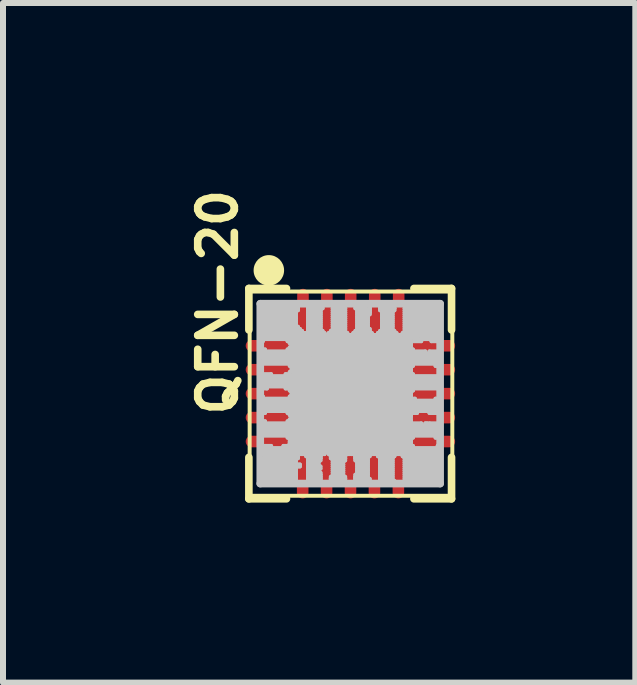
<source format=kicad_pcb>
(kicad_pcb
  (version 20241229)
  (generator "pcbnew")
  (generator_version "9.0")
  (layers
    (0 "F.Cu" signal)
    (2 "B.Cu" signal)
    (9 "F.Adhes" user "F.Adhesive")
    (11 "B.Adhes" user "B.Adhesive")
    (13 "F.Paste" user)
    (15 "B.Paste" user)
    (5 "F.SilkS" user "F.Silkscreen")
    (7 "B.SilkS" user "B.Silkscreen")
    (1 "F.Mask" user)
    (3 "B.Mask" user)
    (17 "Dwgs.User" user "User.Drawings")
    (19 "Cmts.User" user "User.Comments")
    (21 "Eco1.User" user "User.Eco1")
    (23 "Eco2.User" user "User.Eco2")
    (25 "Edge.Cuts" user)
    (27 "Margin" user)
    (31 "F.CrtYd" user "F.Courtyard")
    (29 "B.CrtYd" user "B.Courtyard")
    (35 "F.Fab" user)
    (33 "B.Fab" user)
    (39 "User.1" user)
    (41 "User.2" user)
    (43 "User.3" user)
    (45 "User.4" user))
  (footprint "QFN-20"
    (layer "F.Cu")
    (at 2.787 3.511)
    (property "Reference" "QFN-20" (at -2.207 -1.524 90) (layer "F.SilkS") (effects (font (size 0.61 0.61) (thickness 0.127))))
    (attr smd)
    (fp_line (start -1.689 -1.753) (end -1.062 -1.753) (stroke (width 0.127) (type solid)) (layer "F.SilkS"))
    (fp_line (start -1.689 -1.062) (end -1.689 -1.753) (stroke (width 0.127) (type solid)) (layer "F.SilkS"))
    (fp_line (start -1.689 1.062) (end -1.689 1.753) (stroke (width 0.127) (type solid)) (layer "F.SilkS"))
    (fp_line (start -1.689 1.753) (end -1.062 1.753) (stroke (width 0.127) (type solid)) (layer "F.SilkS"))
    (fp_line (start -1.676 -1.702) (end 1.702 -1.702) (stroke (width 0.066) (type solid)) (layer "F.SilkS"))
    (fp_line (start -1.676 1.702) (end -1.676 -1.702) (stroke (width 0.066) (type solid)) (layer "F.SilkS"))
    (fp_line (start -1.676 1.702) (end 1.702 1.702) (stroke (width 0.066) (type solid)) (layer "F.SilkS"))
    (fp_line (start 1.689 -1.753) (end 1.062 -1.753) (stroke (width 0.127) (type solid)) (layer "F.SilkS"))
    (fp_line (start 1.689 -1.062) (end 1.689 -1.753) (stroke (width 0.127) (type solid)) (layer "F.SilkS"))
    (fp_line (start 1.689 1.062) (end 1.689 1.753) (stroke (width 0.127) (type solid)) (layer "F.SilkS"))
    (fp_line (start 1.689 1.753) (end 1.062 1.753) (stroke (width 0.127) (type solid)) (layer "F.SilkS"))
    (fp_line (start 1.702 1.702) (end 1.702 -1.702) (stroke (width 0.066) (type solid)) (layer "F.SilkS"))
    (fp_circle (center -1.356 -2.055) (end -1.356 -2.309) (stroke (width 0) (type solid)) (fill yes) (layer "F.SilkS"))
    (fp_line (start -1.499 1.499) (end -1.499 -1.499) (stroke (width 0.127) (type solid)) (layer "Dwgs.User"))
    (fp_line (start -1.499 1.499) (end 1.499 1.499) (stroke (width 0.127) (type solid)) (layer "Dwgs.User"))
    (fp_line (start -1.488 -1.458) (end -0.871 -1.458) (stroke (width 0.066) (type solid)) (layer "Dwgs.User"))
    (fp_line (start -1.488 -1.422) (end -1.488 -1.458) (stroke (width 0.066) (type solid)) (layer "Dwgs.User"))
    (fp_line (start -1.488 -1.422) (end -0.871 -1.422) (stroke (width 0.066) (type solid)) (layer "Dwgs.User"))
    (fp_line (start -1.488 -1.422) (end -0.871 -1.422) (stroke (width 0.066) (type solid)) (layer "Dwgs.User"))
    (fp_line (start -1.488 -1.389) (end -1.488 -1.422) (stroke (width 0.066) (type solid)) (layer "Dwgs.User"))
    (fp_line (start -1.488 -1.389) (end -0.907 -1.389) (stroke (width 0.066) (type solid)) (layer "Dwgs.User"))
    (fp_line (start -1.488 -1.389) (end -0.871 -1.389) (stroke (width 0.066) (type solid)) (layer "Dwgs.User"))
    (fp_line (start -1.488 -1.354) (end -1.488 -1.389) (stroke (width 0.066) (type solid)) (layer "Dwgs.User"))
    (fp_line (start -1.488 -1.354) (end -0.907 -1.354) (stroke (width 0.066) (type solid)) (layer "Dwgs.User"))
    (fp_line (start -1.488 -1.354) (end -0.907 -1.354) (stroke (width 0.066) (type solid)) (layer "Dwgs.User"))
    (fp_line (start -1.488 -1.321) (end -1.488 -1.354) (stroke (width 0.066) (type solid)) (layer "Dwgs.User"))
    (fp_line (start -1.488 -1.321) (end -0.907 -1.321) (stroke (width 0.066) (type solid)) (layer "Dwgs.User"))
    (fp_line (start -1.488 -1.321) (end -0.907 -1.321) (stroke (width 0.066) (type solid)) (layer "Dwgs.User"))
    (fp_line (start -1.488 -1.285) (end -1.488 -1.321) (stroke (width 0.066) (type solid)) (layer "Dwgs.User"))
    (fp_line (start -1.488 -1.285) (end -0.907 -1.285) (stroke (width 0.066) (type solid)) (layer "Dwgs.User"))
    (fp_line (start -1.488 -1.285) (end -0.907 -1.285) (stroke (width 0.066) (type solid)) (layer "Dwgs.User"))
    (fp_line (start -1.488 -1.252) (end -1.488 -1.285) (stroke (width 0.066) (type solid)) (layer "Dwgs.User"))
    (fp_line (start -1.488 -1.252) (end -0.907 -1.252) (stroke (width 0.066) (type solid)) (layer "Dwgs.User"))
    (fp_line (start -1.488 -1.252) (end -0.907 -1.252) (stroke (width 0.066) (type solid)) (layer "Dwgs.User"))
    (fp_line (start -1.488 -1.217) (end -1.488 -1.252) (stroke (width 0.066) (type solid)) (layer "Dwgs.User"))
    (fp_line (start -1.488 -1.217) (end -0.907 -1.217) (stroke (width 0.066) (type solid)) (layer "Dwgs.User"))
    (fp_line (start -1.488 -1.217) (end -0.907 -1.217) (stroke (width 0.066) (type solid)) (layer "Dwgs.User"))
    (fp_line (start -1.488 -1.184) (end -1.488 -1.217) (stroke (width 0.066) (type solid)) (layer "Dwgs.User"))
    (fp_line (start -1.488 -1.184) (end -0.907 -1.184) (stroke (width 0.066) (type solid)) (layer "Dwgs.User"))
    (fp_line (start -1.488 -1.184) (end -0.907 -1.184) (stroke (width 0.066) (type solid)) (layer "Dwgs.User"))
    (fp_line (start -1.488 -1.148) (end -1.488 -1.184) (stroke (width 0.066) (type solid)) (layer "Dwgs.User"))
    (fp_line (start -1.488 -1.148) (end -0.907 -1.148) (stroke (width 0.066) (type solid)) (layer "Dwgs.User"))
    (fp_line (start -1.488 -1.148) (end -0.907 -1.148) (stroke (width 0.066) (type solid)) (layer "Dwgs.User"))
    (fp_line (start -1.488 -1.115) (end -1.488 -1.148) (stroke (width 0.066) (type solid)) (layer "Dwgs.User"))
    (fp_line (start -1.488 -1.115) (end -0.907 -1.115) (stroke (width 0.066) (type solid)) (layer "Dwgs.User"))
    (fp_line (start -1.488 -1.115) (end -0.871 -1.115) (stroke (width 0.066) (type solid)) (layer "Dwgs.User"))
    (fp_line (start -1.488 -1.079) (end -1.488 -1.115) (stroke (width 0.066) (type solid)) (layer "Dwgs.User"))
    (fp_line (start -1.488 -1.079) (end -0.871 -1.079) (stroke (width 0.066) (type solid)) (layer "Dwgs.User"))
    (fp_line (start -1.488 -1.079) (end -0.838 -1.079) (stroke (width 0.066) (type solid)) (layer "Dwgs.User"))
    (fp_line (start -1.488 -1.046) (end -1.488 -1.079) (stroke (width 0.066) (type solid)) (layer "Dwgs.User"))
    (fp_line (start -1.488 -1.046) (end -0.838 -1.046) (stroke (width 0.066) (type solid)) (layer "Dwgs.User"))
    (fp_line (start -1.488 -1.046) (end -0.803 -1.046) (stroke (width 0.066) (type solid)) (layer "Dwgs.User"))
    (fp_line (start -1.488 -1.011) (end -1.488 -1.046) (stroke (width 0.066) (type solid)) (layer "Dwgs.User"))
    (fp_line (start -1.488 -1.011) (end -0.803 -1.011) (stroke (width 0.066) (type solid)) (layer "Dwgs.User"))
    (fp_line (start -1.488 -1.011) (end -0.427 -1.011) (stroke (width 0.066) (type solid)) (layer "Dwgs.User"))
    (fp_line (start -1.488 -0.978) (end -1.488 -1.011) (stroke (width 0.066) (type solid)) (layer "Dwgs.User"))
    (fp_line (start -1.488 -0.978) (end -0.427 -0.978) (stroke (width 0.066) (type solid)) (layer "Dwgs.User"))
    (fp_line (start -1.488 -0.978) (end 1.491 -0.978) (stroke (width 0.066) (type solid)) (layer "Dwgs.User"))
    (fp_line (start -1.488 -0.942) (end -1.488 -0.978) (stroke (width 0.066) (type solid)) (layer "Dwgs.User"))
    (fp_line (start -1.488 -0.942) (end 1.491 -0.942) (stroke (width 0.066) (type solid)) (layer "Dwgs.User"))
    (fp_line (start -1.488 -0.909) (end -1.455 -0.909) (stroke (width 0.066) (type solid)) (layer "Dwgs.User"))
    (fp_line (start -1.488 -0.874) (end -1.488 -0.909) (stroke (width 0.066) (type solid)) (layer "Dwgs.User"))
    (fp_line (start -1.488 -0.874) (end -1.455 -0.874) (stroke (width 0.066) (type solid)) (layer "Dwgs.User"))
    (fp_line (start -1.488 -0.737) (end -1.42 -0.737) (stroke (width 0.066) (type solid)) (layer "Dwgs.User"))
    (fp_line (start -1.488 -0.704) (end -1.488 -0.737) (stroke (width 0.066) (type solid)) (layer "Dwgs.User"))
    (fp_line (start -1.488 -0.704) (end -1.42 -0.704) (stroke (width 0.066) (type solid)) (layer "Dwgs.User"))
    (fp_line (start -1.488 -0.704) (end 1.252 -0.704) (stroke (width 0.066) (type solid)) (layer "Dwgs.User"))
    (fp_line (start -1.488 -0.668) (end -1.488 -0.704) (stroke (width 0.066) (type solid)) (layer "Dwgs.User"))
    (fp_line (start -1.488 -0.668) (end 1.252 -0.668) (stroke (width 0.066) (type solid)) (layer "Dwgs.User"))
    (fp_line (start -1.488 -0.668) (end 1.491 -0.668) (stroke (width 0.066) (type solid)) (layer "Dwgs.User"))
    (fp_line (start -1.488 -0.635) (end -1.488 -0.668) (stroke (width 0.066) (type solid)) (layer "Dwgs.User"))
    (fp_line (start -1.488 -0.635) (end 1.458 -0.635) (stroke (width 0.066) (type solid)) (layer "Dwgs.User"))
    (fp_line (start -1.488 -0.635) (end 1.491 -0.635) (stroke (width 0.066) (type solid)) (layer "Dwgs.User"))
    (fp_line (start -1.488 -0.599) (end -1.488 -0.635) (stroke (width 0.066) (type solid)) (layer "Dwgs.User"))
    (fp_line (start -1.488 -0.599) (end 1.458 -0.599) (stroke (width 0.066) (type solid)) (layer "Dwgs.User"))
    (fp_line (start -1.488 -0.599) (end 1.491 -0.599) (stroke (width 0.066) (type solid)) (layer "Dwgs.User"))
    (fp_line (start -1.488 -0.566) (end -1.488 -0.599) (stroke (width 0.066) (type solid)) (layer "Dwgs.User"))
    (fp_line (start -1.488 -0.566) (end 1.491 -0.566) (stroke (width 0.066) (type solid)) (layer "Dwgs.User"))
    (fp_line (start -1.488 -0.566) (end 1.491 -0.566) (stroke (width 0.066) (type solid)) (layer "Dwgs.User"))
    (fp_line (start -1.488 -0.531) (end -1.488 -0.566) (stroke (width 0.066) (type solid)) (layer "Dwgs.User"))
    (fp_line (start -1.488 -0.531) (end 1.491 -0.531) (stroke (width 0.066) (type solid)) (layer "Dwgs.User"))
    (fp_line (start -1.488 -0.531) (end 1.491 -0.531) (stroke (width 0.066) (type solid)) (layer "Dwgs.User"))
    (fp_line (start -1.488 -0.498) (end -1.488 -0.531) (stroke (width 0.066) (type solid)) (layer "Dwgs.User"))
    (fp_line (start -1.488 -0.498) (end 1.491 -0.498) (stroke (width 0.066) (type solid)) (layer "Dwgs.User"))
    (fp_line (start -1.488 -0.325) (end -1.318 -0.325) (stroke (width 0.066) (type solid)) (layer "Dwgs.User"))
    (fp_line (start -1.488 -0.292) (end -1.488 -0.325) (stroke (width 0.066) (type solid)) (layer "Dwgs.User"))
    (fp_line (start -1.488 -0.292) (end -1.318 -0.292) (stroke (width 0.066) (type solid)) (layer "Dwgs.User"))
    (fp_line (start -1.488 -0.292) (end 1.491 -0.292) (stroke (width 0.066) (type solid)) (layer "Dwgs.User"))
    (fp_line (start -1.488 -0.257) (end -1.488 -0.292) (stroke (width 0.066) (type solid)) (layer "Dwgs.User"))
    (fp_line (start -1.488 -0.257) (end 1.491 -0.257) (stroke (width 0.066) (type solid)) (layer "Dwgs.User"))
    (fp_line (start -1.488 -0.257) (end 1.491 -0.257) (stroke (width 0.066) (type solid)) (layer "Dwgs.User"))
    (fp_line (start -1.488 -0.224) (end -1.488 -0.257) (stroke (width 0.066) (type solid)) (layer "Dwgs.User"))
    (fp_line (start -1.488 -0.224) (end 1.491 -0.224) (stroke (width 0.066) (type solid)) (layer "Dwgs.User"))
    (fp_line (start -1.488 -0.224) (end 1.491 -0.224) (stroke (width 0.066) (type solid)) (layer "Dwgs.User"))
    (fp_line (start -1.488 -0.188) (end -1.488 -0.224) (stroke (width 0.066) (type solid)) (layer "Dwgs.User"))
    (fp_line (start -1.488 -0.188) (end 1.491 -0.188) (stroke (width 0.066) (type solid)) (layer "Dwgs.User"))
    (fp_line (start -1.488 -0.188) (end 1.491 -0.188) (stroke (width 0.066) (type solid)) (layer "Dwgs.User"))
    (fp_line (start -1.488 -0.155) (end -1.488 -0.188) (stroke (width 0.066) (type solid)) (layer "Dwgs.User"))
    (fp_line (start -1.488 -0.155) (end 1.491 -0.155) (stroke (width 0.066) (type solid)) (layer "Dwgs.User"))
    (fp_line (start -1.488 -0.155) (end 1.491 -0.155) (stroke (width 0.066) (type solid)) (layer "Dwgs.User"))
    (fp_line (start -1.488 -0.119) (end -1.488 -0.155) (stroke (width 0.066) (type solid)) (layer "Dwgs.User"))
    (fp_line (start -1.488 -0.119) (end -1.387 -0.119) (stroke (width 0.066) (type solid)) (layer "Dwgs.User"))
    (fp_line (start -1.488 -0.119) (end 1.491 -0.119) (stroke (width 0.066) (type solid)) (layer "Dwgs.User"))
    (fp_line (start -1.488 -0.086) (end -1.488 -0.119) (stroke (width 0.066) (type solid)) (layer "Dwgs.User"))
    (fp_line (start -1.488 -0.086) (end -1.387 -0.086) (stroke (width 0.066) (type solid)) (layer "Dwgs.User"))
    (fp_line (start -1.488 0.048) (end -1.455 0.048) (stroke (width 0.066) (type solid)) (layer "Dwgs.User"))
    (fp_line (start -1.488 0.084) (end -1.488 0.048) (stroke (width 0.066) (type solid)) (layer "Dwgs.User"))
    (fp_line (start -1.488 0.084) (end -1.455 0.084) (stroke (width 0.066) (type solid)) (layer "Dwgs.User"))
    (fp_line (start -1.488 0.084) (end 1.079 0.084) (stroke (width 0.066) (type solid)) (layer "Dwgs.User"))
    (fp_line (start -1.488 0.117) (end -1.488 0.084) (stroke (width 0.066) (type solid)) (layer "Dwgs.User"))
    (fp_line (start -1.488 0.117) (end 1.079 0.117) (stroke (width 0.066) (type solid)) (layer "Dwgs.User"))
    (fp_line (start -1.488 0.117) (end 1.491 0.117) (stroke (width 0.066) (type solid)) (layer "Dwgs.User"))
    (fp_line (start -1.488 0.152) (end -1.488 0.117) (stroke (width 0.066) (type solid)) (layer "Dwgs.User"))
    (fp_line (start -1.488 0.152) (end 1.491 0.152) (stroke (width 0.066) (type solid)) (layer "Dwgs.User"))
    (fp_line (start -1.488 0.152) (end 1.491 0.152) (stroke (width 0.066) (type solid)) (layer "Dwgs.User"))
    (fp_line (start -1.488 0.185) (end -1.488 0.152) (stroke (width 0.066) (type solid)) (layer "Dwgs.User"))
    (fp_line (start -1.488 0.185) (end 1.491 0.185) (stroke (width 0.066) (type solid)) (layer "Dwgs.User"))
    (fp_line (start -1.488 0.185) (end 1.491 0.185) (stroke (width 0.066) (type solid)) (layer "Dwgs.User"))
    (fp_line (start -1.488 0.221) (end -1.488 0.185) (stroke (width 0.066) (type solid)) (layer "Dwgs.User"))
    (fp_line (start -1.488 0.221) (end 1.491 0.221) (stroke (width 0.066) (type solid)) (layer "Dwgs.User"))
    (fp_line (start -1.488 0.221) (end 1.491 0.221) (stroke (width 0.066) (type solid)) (layer "Dwgs.User"))
    (fp_line (start -1.488 0.254) (end -1.488 0.221) (stroke (width 0.066) (type solid)) (layer "Dwgs.User"))
    (fp_line (start -1.488 0.254) (end 1.491 0.254) (stroke (width 0.066) (type solid)) (layer "Dwgs.User"))
    (fp_line (start -1.488 0.254) (end 1.491 0.254) (stroke (width 0.066) (type solid)) (layer "Dwgs.User"))
    (fp_line (start -1.488 0.29) (end -1.488 0.254) (stroke (width 0.066) (type solid)) (layer "Dwgs.User"))
    (fp_line (start -1.488 0.29) (end 1.491 0.29) (stroke (width 0.066) (type solid)) (layer "Dwgs.User"))
    (fp_line (start -1.488 0.46) (end -1.42 0.46) (stroke (width 0.066) (type solid)) (layer "Dwgs.User"))
    (fp_line (start -1.488 0.495) (end -1.488 0.46) (stroke (width 0.066) (type solid)) (layer "Dwgs.User"))
    (fp_line (start -1.488 0.495) (end -1.42 0.495) (stroke (width 0.066) (type solid)) (layer "Dwgs.User"))
    (fp_line (start -1.488 0.495) (end 1.184 0.495) (stroke (width 0.066) (type solid)) (layer "Dwgs.User"))
    (fp_line (start -1.488 0.528) (end -1.488 0.495) (stroke (width 0.066) (type solid)) (layer "Dwgs.User"))
    (fp_line (start -1.488 0.528) (end 1.184 0.528) (stroke (width 0.066) (type solid)) (layer "Dwgs.User"))
    (fp_line (start -1.488 0.528) (end 1.491 0.528) (stroke (width 0.066) (type solid)) (layer "Dwgs.User"))
    (fp_line (start -1.488 0.564) (end -1.488 0.528) (stroke (width 0.066) (type solid)) (layer "Dwgs.User"))
    (fp_line (start -1.488 0.564) (end 1.491 0.564) (stroke (width 0.066) (type solid)) (layer "Dwgs.User"))
    (fp_line (start -1.488 0.564) (end 1.491 0.564) (stroke (width 0.066) (type solid)) (layer "Dwgs.User"))
    (fp_line (start -1.488 0.597) (end -1.488 0.564) (stroke (width 0.066) (type solid)) (layer "Dwgs.User"))
    (fp_line (start -1.488 0.597) (end 1.491 0.597) (stroke (width 0.066) (type solid)) (layer "Dwgs.User"))
    (fp_line (start -1.488 0.597) (end 1.491 0.597) (stroke (width 0.066) (type solid)) (layer "Dwgs.User"))
    (fp_line (start -1.488 0.632) (end -1.488 0.597) (stroke (width 0.066) (type solid)) (layer "Dwgs.User"))
    (fp_line (start -1.488 0.632) (end 1.491 0.632) (stroke (width 0.066) (type solid)) (layer "Dwgs.User"))
    (fp_line (start -1.488 0.632) (end 1.491 0.632) (stroke (width 0.066) (type solid)) (layer "Dwgs.User"))
    (fp_line (start -1.488 0.665) (end -1.488 0.632) (stroke (width 0.066) (type solid)) (layer "Dwgs.User"))
    (fp_line (start -1.488 0.665) (end 1.491 0.665) (stroke (width 0.066) (type solid)) (layer "Dwgs.User"))
    (fp_line (start -1.488 0.665) (end 1.491 0.665) (stroke (width 0.066) (type solid)) (layer "Dwgs.User"))
    (fp_line (start -1.488 0.701) (end -1.488 0.665) (stroke (width 0.066) (type solid)) (layer "Dwgs.User"))
    (fp_line (start -1.488 0.701) (end 1.491 0.701) (stroke (width 0.066) (type solid)) (layer "Dwgs.User"))
    (fp_line (start -1.488 0.871) (end -1.318 0.871) (stroke (width 0.066) (type solid)) (layer "Dwgs.User"))
    (fp_line (start -1.488 0.907) (end -1.488 0.871) (stroke (width 0.066) (type solid)) (layer "Dwgs.User"))
    (fp_line (start -1.488 0.907) (end -1.318 0.907) (stroke (width 0.066) (type solid)) (layer "Dwgs.User"))
    (fp_line (start -1.488 0.907) (end 1.491 0.907) (stroke (width 0.066) (type solid)) (layer "Dwgs.User"))
    (fp_line (start -1.488 0.94) (end -1.488 0.907) (stroke (width 0.066) (type solid)) (layer "Dwgs.User"))
    (fp_line (start -1.488 0.94) (end 1.491 0.94) (stroke (width 0.066) (type solid)) (layer "Dwgs.User"))
    (fp_line (start -1.488 0.94) (end 1.491 0.94) (stroke (width 0.066) (type solid)) (layer "Dwgs.User"))
    (fp_line (start -1.488 0.975) (end -1.488 0.94) (stroke (width 0.066) (type solid)) (layer "Dwgs.User"))
    (fp_line (start -1.488 0.975) (end -0.427 0.975) (stroke (width 0.066) (type solid)) (layer "Dwgs.User"))
    (fp_line (start -1.488 0.975) (end 1.491 0.975) (stroke (width 0.066) (type solid)) (layer "Dwgs.User"))
    (fp_line (start -1.488 1.008) (end -1.488 0.975) (stroke (width 0.066) (type solid)) (layer "Dwgs.User"))
    (fp_line (start -1.488 1.008) (end -0.871 1.008) (stroke (width 0.066) (type solid)) (layer "Dwgs.User"))
    (fp_line (start -1.488 1.008) (end -0.427 1.008) (stroke (width 0.066) (type solid)) (layer "Dwgs.User"))
    (fp_line (start -1.488 1.044) (end -1.488 1.008) (stroke (width 0.066) (type solid)) (layer "Dwgs.User"))
    (fp_line (start -1.488 1.044) (end -0.871 1.044) (stroke (width 0.066) (type solid)) (layer "Dwgs.User"))
    (fp_line (start -1.488 1.044) (end -0.871 1.044) (stroke (width 0.066) (type solid)) (layer "Dwgs.User"))
    (fp_line (start -1.488 1.077) (end -1.488 1.044) (stroke (width 0.066) (type solid)) (layer "Dwgs.User"))
    (fp_line (start -1.488 1.077) (end -0.907 1.077) (stroke (width 0.066) (type solid)) (layer "Dwgs.User"))
    (fp_line (start -1.488 1.077) (end -0.871 1.077) (stroke (width 0.066) (type solid)) (layer "Dwgs.User"))
    (fp_line (start -1.488 1.113) (end -1.488 1.077) (stroke (width 0.066) (type solid)) (layer "Dwgs.User"))
    (fp_line (start -1.488 1.113) (end -0.907 1.113) (stroke (width 0.066) (type solid)) (layer "Dwgs.User"))
    (fp_line (start -1.488 1.113) (end -0.907 1.113) (stroke (width 0.066) (type solid)) (layer "Dwgs.User"))
    (fp_line (start -1.488 1.146) (end -1.488 1.113) (stroke (width 0.066) (type solid)) (layer "Dwgs.User"))
    (fp_line (start -1.488 1.146) (end -0.907 1.146) (stroke (width 0.066) (type solid)) (layer "Dwgs.User"))
    (fp_line (start -1.488 1.146) (end -0.907 1.146) (stroke (width 0.066) (type solid)) (layer "Dwgs.User"))
    (fp_line (start -1.488 1.181) (end -1.488 1.146) (stroke (width 0.066) (type solid)) (layer "Dwgs.User"))
    (fp_line (start -1.488 1.181) (end -0.907 1.181) (stroke (width 0.066) (type solid)) (layer "Dwgs.User"))
    (fp_line (start -1.488 1.181) (end -0.907 1.181) (stroke (width 0.066) (type solid)) (layer "Dwgs.User"))
    (fp_line (start -1.488 1.214) (end -1.488 1.181) (stroke (width 0.066) (type solid)) (layer "Dwgs.User"))
    (fp_line (start -1.488 1.214) (end -0.907 1.214) (stroke (width 0.066) (type solid)) (layer "Dwgs.User"))
    (fp_line (start -1.488 1.214) (end -0.907 1.214) (stroke (width 0.066) (type solid)) (layer "Dwgs.User"))
    (fp_line (start -1.488 1.25) (end -1.488 1.214) (stroke (width 0.066) (type solid)) (layer "Dwgs.User"))
    (fp_line (start -1.488 1.25) (end -0.907 1.25) (stroke (width 0.066) (type solid)) (layer "Dwgs.User"))
    (fp_line (start -1.488 1.25) (end -0.907 1.25) (stroke (width 0.066) (type solid)) (layer "Dwgs.User"))
    (fp_line (start -1.488 1.283) (end -1.488 1.25) (stroke (width 0.066) (type solid)) (layer "Dwgs.User"))
    (fp_line (start -1.488 1.283) (end -0.907 1.283) (stroke (width 0.066) (type solid)) (layer "Dwgs.User"))
    (fp_line (start -1.488 1.283) (end -0.907 1.283) (stroke (width 0.066) (type solid)) (layer "Dwgs.User"))
    (fp_line (start -1.488 1.318) (end -1.488 1.283) (stroke (width 0.066) (type solid)) (layer "Dwgs.User"))
    (fp_line (start -1.488 1.318) (end -0.907 1.318) (stroke (width 0.066) (type solid)) (layer "Dwgs.User"))
    (fp_line (start -1.488 1.318) (end -0.907 1.318) (stroke (width 0.066) (type solid)) (layer "Dwgs.User"))
    (fp_line (start -1.488 1.351) (end -1.488 1.318) (stroke (width 0.066) (type solid)) (layer "Dwgs.User"))
    (fp_line (start -1.488 1.351) (end -0.907 1.351) (stroke (width 0.066) (type solid)) (layer "Dwgs.User"))
    (fp_line (start -1.488 1.351) (end -0.907 1.351) (stroke (width 0.066) (type solid)) (layer "Dwgs.User"))
    (fp_line (start -1.488 1.387) (end -1.488 1.351) (stroke (width 0.066) (type solid)) (layer "Dwgs.User"))
    (fp_line (start -1.488 1.387) (end -0.907 1.387) (stroke (width 0.066) (type solid)) (layer "Dwgs.User"))
    (fp_line (start -1.488 1.387) (end -0.907 1.387) (stroke (width 0.066) (type solid)) (layer "Dwgs.User"))
    (fp_line (start -1.488 1.42) (end -1.488 1.387) (stroke (width 0.066) (type solid)) (layer "Dwgs.User"))
    (fp_line (start -1.488 1.42) (end -0.907 1.42) (stroke (width 0.066) (type solid)) (layer "Dwgs.User"))
    (fp_line (start -1.488 1.42) (end -0.907 1.42) (stroke (width 0.066) (type solid)) (layer "Dwgs.User"))
    (fp_line (start -1.488 1.455) (end -1.488 1.42) (stroke (width 0.066) (type solid)) (layer "Dwgs.User"))
    (fp_line (start -1.488 1.455) (end -0.907 1.455) (stroke (width 0.066) (type solid)) (layer "Dwgs.User"))
    (fp_line (start -1.488 1.455) (end -0.907 1.455) (stroke (width 0.066) (type solid)) (layer "Dwgs.User"))
    (fp_line (start -1.488 1.488) (end -1.488 1.455) (stroke (width 0.066) (type solid)) (layer "Dwgs.User"))
    (fp_line (start -1.488 1.488) (end -0.907 1.488) (stroke (width 0.066) (type solid)) (layer "Dwgs.User"))
    (fp_line (start -1.455 -0.942) (end 1.491 -0.942) (stroke (width 0.066) (type solid)) (layer "Dwgs.User"))
    (fp_line (start -1.455 -0.909) (end -1.455 -0.942) (stroke (width 0.066) (type solid)) (layer "Dwgs.User"))
    (fp_line (start -1.455 -0.909) (end 1.491 -0.909) (stroke (width 0.066) (type solid)) (layer "Dwgs.User"))
    (fp_line (start -1.455 -0.874) (end -1.455 -0.909) (stroke (width 0.066) (type solid)) (layer "Dwgs.User"))
    (fp_line (start -1.455 0.084) (end -1.455 0.048) (stroke (width 0.066) (type solid)) (layer "Dwgs.User"))
    (fp_line (start -1.455 0.29) (end -1.42 0.29) (stroke (width 0.066) (type solid)) (layer "Dwgs.User"))
    (fp_line (start -1.455 0.323) (end -1.455 0.29) (stroke (width 0.066) (type solid)) (layer "Dwgs.User"))
    (fp_line (start -1.455 0.323) (end -1.42 0.323) (stroke (width 0.066) (type solid)) (layer "Dwgs.User"))
    (fp_line (start -1.42 -0.704) (end -1.42 -0.737) (stroke (width 0.066) (type solid)) (layer "Dwgs.User"))
    (fp_line (start -1.42 0.323) (end -1.42 0.29) (stroke (width 0.066) (type solid)) (layer "Dwgs.User"))
    (fp_line (start -1.42 0.495) (end -1.42 0.46) (stroke (width 0.066) (type solid)) (layer "Dwgs.User"))
    (fp_line (start -1.387 -0.086) (end -1.387 -0.119) (stroke (width 0.066) (type solid)) (layer "Dwgs.User"))
    (fp_line (start -1.318 -0.292) (end -1.318 -0.325) (stroke (width 0.066) (type solid)) (layer "Dwgs.User"))
    (fp_line (start -1.318 0.907) (end -1.318 0.871) (stroke (width 0.066) (type solid)) (layer "Dwgs.User"))
    (fp_line (start -1.113 0.871) (end 1.046 0.871) (stroke (width 0.066) (type solid)) (layer "Dwgs.User"))
    (fp_line (start -1.113 0.907) (end -1.113 0.871) (stroke (width 0.066) (type solid)) (layer "Dwgs.User"))
    (fp_line (start -1.113 0.907) (end 1.046 0.907) (stroke (width 0.066) (type solid)) (layer "Dwgs.User"))
    (fp_line (start -1.077 -0.325) (end 1.046 -0.325) (stroke (width 0.066) (type solid)) (layer "Dwgs.User"))
    (fp_line (start -1.077 -0.292) (end -1.077 -0.325) (stroke (width 0.066) (type solid)) (layer "Dwgs.User"))
    (fp_line (start -1.077 -0.292) (end 1.046 -0.292) (stroke (width 0.066) (type solid)) (layer "Dwgs.User"))
    (fp_line (start -1.077 -0.119) (end 1.458 -0.119) (stroke (width 0.066) (type solid)) (layer "Dwgs.User"))
    (fp_line (start -1.077 -0.086) (end -1.077 -0.119) (stroke (width 0.066) (type solid)) (layer "Dwgs.User"))
    (fp_line (start -1.077 -0.086) (end 1.458 -0.086) (stroke (width 0.066) (type solid)) (layer "Dwgs.User"))
    (fp_line (start -1.044 -0.909) (end 1.184 -0.909) (stroke (width 0.066) (type solid)) (layer "Dwgs.User"))
    (fp_line (start -1.044 -0.874) (end -1.044 -0.909) (stroke (width 0.066) (type solid)) (layer "Dwgs.User"))
    (fp_line (start -1.044 -0.874) (end 1.184 -0.874) (stroke (width 0.066) (type solid)) (layer "Dwgs.User"))
    (fp_line (start -1.044 -0.737) (end 1.046 -0.737) (stroke (width 0.066) (type solid)) (layer "Dwgs.User"))
    (fp_line (start -1.044 -0.704) (end -1.044 -0.737) (stroke (width 0.066) (type solid)) (layer "Dwgs.User"))
    (fp_line (start -1.044 -0.704) (end 1.046 -0.704) (stroke (width 0.066) (type solid)) (layer "Dwgs.User"))
    (fp_line (start -1.044 0.29) (end 1.115 0.29) (stroke (width 0.066) (type solid)) (layer "Dwgs.User"))
    (fp_line (start -1.044 0.323) (end -1.044 0.29) (stroke (width 0.066) (type solid)) (layer "Dwgs.User"))
    (fp_line (start -1.044 0.323) (end 1.115 0.323) (stroke (width 0.066) (type solid)) (layer "Dwgs.User"))
    (fp_line (start -1.044 0.46) (end 1.011 0.46) (stroke (width 0.066) (type solid)) (layer "Dwgs.User"))
    (fp_line (start -1.044 0.495) (end -1.044 0.46) (stroke (width 0.066) (type solid)) (layer "Dwgs.User"))
    (fp_line (start -1.044 0.495) (end 1.011 0.495) (stroke (width 0.066) (type solid)) (layer "Dwgs.User"))
    (fp_line (start -1.044 0.701) (end 1.046 0.701) (stroke (width 0.066) (type solid)) (layer "Dwgs.User"))
    (fp_line (start -1.044 0.734) (end -1.044 0.701) (stroke (width 0.066) (type solid)) (layer "Dwgs.User"))
    (fp_line (start -1.044 0.734) (end 1.046 0.734) (stroke (width 0.066) (type solid)) (layer "Dwgs.User"))
    (fp_line (start -1.008 -0.874) (end 1.011 -0.874) (stroke (width 0.066) (type solid)) (layer "Dwgs.User"))
    (fp_line (start -1.008 -0.841) (end -1.008 -0.874) (stroke (width 0.066) (type solid)) (layer "Dwgs.User"))
    (fp_line (start -1.008 -0.841) (end 1.011 -0.841) (stroke (width 0.066) (type solid)) (layer "Dwgs.User"))
    (fp_line (start -1.008 -0.772) (end 1.011 -0.772) (stroke (width 0.066) (type solid)) (layer "Dwgs.User"))
    (fp_line (start -1.008 -0.737) (end -1.008 -0.772) (stroke (width 0.066) (type solid)) (layer "Dwgs.User"))
    (fp_line (start -1.008 -0.737) (end 1.011 -0.737) (stroke (width 0.066) (type solid)) (layer "Dwgs.User"))
    (fp_line (start -1.008 -0.498) (end 1.046 -0.498) (stroke (width 0.066) (type solid)) (layer "Dwgs.User"))
    (fp_line (start -1.008 -0.462) (end -1.008 -0.498) (stroke (width 0.066) (type solid)) (layer "Dwgs.User"))
    (fp_line (start -1.008 -0.462) (end 1.046 -0.462) (stroke (width 0.066) (type solid)) (layer "Dwgs.User"))
    (fp_line (start -1.008 -0.361) (end 1.011 -0.361) (stroke (width 0.066) (type solid)) (layer "Dwgs.User"))
    (fp_line (start -1.008 -0.325) (end -1.008 -0.361) (stroke (width 0.066) (type solid)) (layer "Dwgs.User"))
    (fp_line (start -1.008 -0.325) (end 1.011 -0.325) (stroke (width 0.066) (type solid)) (layer "Dwgs.User"))
    (fp_line (start -1.008 -0.086) (end 1.046 -0.086) (stroke (width 0.066) (type solid)) (layer "Dwgs.User"))
    (fp_line (start -1.008 -0.051) (end -1.008 -0.086) (stroke (width 0.066) (type solid)) (layer "Dwgs.User"))
    (fp_line (start -1.008 -0.051) (end 1.046 -0.051) (stroke (width 0.066) (type solid)) (layer "Dwgs.User"))
    (fp_line (start -1.008 0.048) (end 1.011 0.048) (stroke (width 0.066) (type solid)) (layer "Dwgs.User"))
    (fp_line (start -1.008 0.084) (end -1.008 0.048) (stroke (width 0.066) (type solid)) (layer "Dwgs.User"))
    (fp_line (start -1.008 0.084) (end 1.011 0.084) (stroke (width 0.066) (type solid)) (layer "Dwgs.User"))
    (fp_line (start -1.008 0.323) (end 1.011 0.323) (stroke (width 0.066) (type solid)) (layer "Dwgs.User"))
    (fp_line (start -1.008 0.358) (end -1.008 0.323) (stroke (width 0.066) (type solid)) (layer "Dwgs.User"))
    (fp_line (start -1.008 0.358) (end 1.011 0.358) (stroke (width 0.066) (type solid)) (layer "Dwgs.User"))
    (fp_line (start -1.008 0.427) (end 1.011 0.427) (stroke (width 0.066) (type solid)) (layer "Dwgs.User"))
    (fp_line (start -1.008 0.46) (end -1.008 0.427) (stroke (width 0.066) (type solid)) (layer "Dwgs.User"))
    (fp_line (start -1.008 0.46) (end 1.011 0.46) (stroke (width 0.066) (type solid)) (layer "Dwgs.User"))
    (fp_line (start -1.008 0.734) (end 1.011 0.734) (stroke (width 0.066) (type solid)) (layer "Dwgs.User"))
    (fp_line (start -1.008 0.77) (end -1.008 0.734) (stroke (width 0.066) (type solid)) (layer "Dwgs.User"))
    (fp_line (start -1.008 0.77) (end 1.011 0.77) (stroke (width 0.066) (type solid)) (layer "Dwgs.User"))
    (fp_line (start -1.008 0.803) (end 1.011 0.803) (stroke (width 0.066) (type solid)) (layer "Dwgs.User"))
    (fp_line (start -1.008 0.838) (end -1.008 0.803) (stroke (width 0.066) (type solid)) (layer "Dwgs.User"))
    (fp_line (start -1.008 0.838) (end 1.011 0.838) (stroke (width 0.066) (type solid)) (layer "Dwgs.User"))
    (fp_line (start -1.008 0.838) (end 1.011 0.838) (stroke (width 0.066) (type solid)) (layer "Dwgs.User"))
    (fp_line (start -1.008 0.871) (end -1.008 0.838) (stroke (width 0.066) (type solid)) (layer "Dwgs.User"))
    (fp_line (start -1.008 0.871) (end 1.011 0.871) (stroke (width 0.066) (type solid)) (layer "Dwgs.User"))
    (fp_line (start -0.975 -0.841) (end 1.011 -0.841) (stroke (width 0.066) (type solid)) (layer "Dwgs.User"))
    (fp_line (start -0.975 -0.805) (end -0.975 -0.841) (stroke (width 0.066) (type solid)) (layer "Dwgs.User"))
    (fp_line (start -0.975 -0.805) (end 1.011 -0.805) (stroke (width 0.066) (type solid)) (layer "Dwgs.User"))
    (fp_line (start -0.975 -0.805) (end 1.011 -0.805) (stroke (width 0.066) (type solid)) (layer "Dwgs.User"))
    (fp_line (start -0.975 -0.772) (end -0.975 -0.805) (stroke (width 0.066) (type solid)) (layer "Dwgs.User"))
    (fp_line (start -0.975 -0.772) (end 1.011 -0.772) (stroke (width 0.066) (type solid)) (layer "Dwgs.User"))
    (fp_line (start -0.975 -0.462) (end 1.011 -0.462) (stroke (width 0.066) (type solid)) (layer "Dwgs.User"))
    (fp_line (start -0.975 -0.429) (end -0.975 -0.462) (stroke (width 0.066) (type solid)) (layer "Dwgs.User"))
    (fp_line (start -0.975 -0.429) (end 1.011 -0.429) (stroke (width 0.066) (type solid)) (layer "Dwgs.User"))
    (fp_line (start -0.975 -0.429) (end 1.011 -0.429) (stroke (width 0.066) (type solid)) (layer "Dwgs.User"))
    (fp_line (start -0.975 -0.394) (end -0.975 -0.429) (stroke (width 0.066) (type solid)) (layer "Dwgs.User"))
    (fp_line (start -0.975 -0.394) (end 1.011 -0.394) (stroke (width 0.066) (type solid)) (layer "Dwgs.User"))
    (fp_line (start -0.975 -0.394) (end 1.011 -0.394) (stroke (width 0.066) (type solid)) (layer "Dwgs.User"))
    (fp_line (start -0.975 -0.361) (end -0.975 -0.394) (stroke (width 0.066) (type solid)) (layer "Dwgs.User"))
    (fp_line (start -0.975 -0.361) (end 1.011 -0.361) (stroke (width 0.066) (type solid)) (layer "Dwgs.User"))
    (fp_line (start -0.975 -0.051) (end 1.011 -0.051) (stroke (width 0.066) (type solid)) (layer "Dwgs.User"))
    (fp_line (start -0.975 -0.018) (end -0.975 -0.051) (stroke (width 0.066) (type solid)) (layer "Dwgs.User"))
    (fp_line (start -0.975 -0.018) (end 1.011 -0.018) (stroke (width 0.066) (type solid)) (layer "Dwgs.User"))
    (fp_line (start -0.975 -0.018) (end 1.011 -0.018) (stroke (width 0.066) (type solid)) (layer "Dwgs.User"))
    (fp_line (start -0.975 0.015) (end -0.975 -0.018) (stroke (width 0.066) (type solid)) (layer "Dwgs.User"))
    (fp_line (start -0.975 0.015) (end 1.011 0.015) (stroke (width 0.066) (type solid)) (layer "Dwgs.User"))
    (fp_line (start -0.975 0.015) (end 1.011 0.015) (stroke (width 0.066) (type solid)) (layer "Dwgs.User"))
    (fp_line (start -0.975 0.048) (end -0.975 0.015) (stroke (width 0.066) (type solid)) (layer "Dwgs.User"))
    (fp_line (start -0.975 0.048) (end 1.011 0.048) (stroke (width 0.066) (type solid)) (layer "Dwgs.User"))
    (fp_line (start -0.975 0.358) (end 1.011 0.358) (stroke (width 0.066) (type solid)) (layer "Dwgs.User"))
    (fp_line (start -0.975 0.391) (end -0.975 0.358) (stroke (width 0.066) (type solid)) (layer "Dwgs.User"))
    (fp_line (start -0.975 0.391) (end 0.978 0.391) (stroke (width 0.066) (type solid)) (layer "Dwgs.User"))
    (fp_line (start -0.975 0.391) (end 1.011 0.391) (stroke (width 0.066) (type solid)) (layer "Dwgs.User"))
    (fp_line (start -0.975 0.427) (end -0.975 0.391) (stroke (width 0.066) (type solid)) (layer "Dwgs.User"))
    (fp_line (start -0.975 0.427) (end 0.978 0.427) (stroke (width 0.066) (type solid)) (layer "Dwgs.User"))
    (fp_line (start -0.975 0.77) (end 1.011 0.77) (stroke (width 0.066) (type solid)) (layer "Dwgs.User"))
    (fp_line (start -0.975 0.803) (end -0.975 0.77) (stroke (width 0.066) (type solid)) (layer "Dwgs.User"))
    (fp_line (start -0.975 0.803) (end 1.011 0.803) (stroke (width 0.066) (type solid)) (layer "Dwgs.User"))
    (fp_line (start -0.907 -1.354) (end -0.907 -1.389) (stroke (width 0.066) (type solid)) (layer "Dwgs.User"))
    (fp_line (start -0.907 -1.321) (end -0.907 -1.354) (stroke (width 0.066) (type solid)) (layer "Dwgs.User"))
    (fp_line (start -0.907 -1.285) (end -0.907 -1.321) (stroke (width 0.066) (type solid)) (layer "Dwgs.User"))
    (fp_line (start -0.907 -1.252) (end -0.907 -1.285) (stroke (width 0.066) (type solid)) (layer "Dwgs.User"))
    (fp_line (start -0.907 -1.217) (end -0.907 -1.252) (stroke (width 0.066) (type solid)) (layer "Dwgs.User"))
    (fp_line (start -0.907 -1.184) (end -0.907 -1.217) (stroke (width 0.066) (type solid)) (layer "Dwgs.User"))
    (fp_line (start -0.907 -1.148) (end -0.907 -1.184) (stroke (width 0.066) (type solid)) (layer "Dwgs.User"))
    (fp_line (start -0.907 -1.115) (end -0.907 -1.148) (stroke (width 0.066) (type solid)) (layer "Dwgs.User"))
    (fp_line (start -0.907 1.113) (end -0.907 1.077) (stroke (width 0.066) (type solid)) (layer "Dwgs.User"))
    (fp_line (start -0.907 1.146) (end -0.907 1.113) (stroke (width 0.066) (type solid)) (layer "Dwgs.User"))
    (fp_line (start -0.907 1.181) (end -0.907 1.146) (stroke (width 0.066) (type solid)) (layer "Dwgs.User"))
    (fp_line (start -0.907 1.214) (end -0.907 1.181) (stroke (width 0.066) (type solid)) (layer "Dwgs.User"))
    (fp_line (start -0.907 1.25) (end -0.907 1.214) (stroke (width 0.066) (type solid)) (layer "Dwgs.User"))
    (fp_line (start -0.907 1.283) (end -0.907 1.25) (stroke (width 0.066) (type solid)) (layer "Dwgs.User"))
    (fp_line (start -0.907 1.318) (end -0.907 1.283) (stroke (width 0.066) (type solid)) (layer "Dwgs.User"))
    (fp_line (start -0.907 1.351) (end -0.907 1.318) (stroke (width 0.066) (type solid)) (layer "Dwgs.User"))
    (fp_line (start -0.907 1.387) (end -0.907 1.351) (stroke (width 0.066) (type solid)) (layer "Dwgs.User"))
    (fp_line (start -0.907 1.42) (end -0.907 1.387) (stroke (width 0.066) (type solid)) (layer "Dwgs.User"))
    (fp_line (start -0.907 1.455) (end -0.907 1.42) (stroke (width 0.066) (type solid)) (layer "Dwgs.User"))
    (fp_line (start -0.907 1.488) (end -0.907 1.455) (stroke (width 0.066) (type solid)) (layer "Dwgs.User"))
    (fp_line (start -0.871 -1.422) (end -0.871 -1.458) (stroke (width 0.066) (type solid)) (layer "Dwgs.User"))
    (fp_line (start -0.871 -1.389) (end -0.871 -1.422) (stroke (width 0.066) (type solid)) (layer "Dwgs.User"))
    (fp_line (start -0.871 -1.079) (end -0.871 -1.115) (stroke (width 0.066) (type solid)) (layer "Dwgs.User"))
    (fp_line (start -0.871 1.044) (end -0.871 1.008) (stroke (width 0.066) (type solid)) (layer "Dwgs.User"))
    (fp_line (start -0.871 1.077) (end -0.871 1.044) (stroke (width 0.066) (type solid)) (layer "Dwgs.User"))
    (fp_line (start -0.871 1.181) (end -0.838 1.181) (stroke (width 0.066) (type solid)) (layer "Dwgs.User"))
    (fp_line (start -0.871 1.214) (end -0.871 1.181) (stroke (width 0.066) (type solid)) (layer "Dwgs.User"))
    (fp_line (start -0.871 1.214) (end -0.838 1.214) (stroke (width 0.066) (type solid)) (layer "Dwgs.User"))
    (fp_line (start -0.838 -1.046) (end -0.838 -1.079) (stroke (width 0.066) (type solid)) (layer "Dwgs.User"))
    (fp_line (start -0.838 1.214) (end -0.838 1.181) (stroke (width 0.066) (type solid)) (layer "Dwgs.User"))
    (fp_line (start -0.803 -1.011) (end -0.803 -1.046) (stroke (width 0.066) (type solid)) (layer "Dwgs.User"))
    (fp_line (start -0.734 1.008) (end -0.495 1.008) (stroke (width 0.066) (type solid)) (layer "Dwgs.User"))
    (fp_line (start -0.734 1.044) (end -0.734 1.008) (stroke (width 0.066) (type solid)) (layer "Dwgs.User"))
    (fp_line (start -0.734 1.044) (end -0.495 1.044) (stroke (width 0.066) (type solid)) (layer "Dwgs.User"))
    (fp_line (start -0.701 -1.458) (end -0.46 -1.458) (stroke (width 0.066) (type solid)) (layer "Dwgs.User"))
    (fp_line (start -0.701 -1.422) (end -0.701 -1.458) (stroke (width 0.066) (type solid)) (layer "Dwgs.User"))
    (fp_line (start -0.701 -1.422) (end -0.495 -1.422) (stroke (width 0.066) (type solid)) (layer "Dwgs.User"))
    (fp_line (start -0.701 -1.422) (end -0.46 -1.422) (stroke (width 0.066) (type solid)) (layer "Dwgs.User"))
    (fp_line (start -0.701 -1.389) (end -0.701 -1.422) (stroke (width 0.066) (type solid)) (layer "Dwgs.User"))
    (fp_line (start -0.701 -1.389) (end -0.495 -1.389) (stroke (width 0.066) (type solid)) (layer "Dwgs.User"))
    (fp_line (start -0.701 -1.389) (end -0.495 -1.389) (stroke (width 0.066) (type solid)) (layer "Dwgs.User"))
    (fp_line (start -0.701 -1.354) (end -0.701 -1.389) (stroke (width 0.066) (type solid)) (layer "Dwgs.User"))
    (fp_line (start -0.701 -1.354) (end -0.495 -1.354) (stroke (width 0.066) (type solid)) (layer "Dwgs.User"))
    (fp_line (start -0.701 -1.354) (end -0.495 -1.354) (stroke (width 0.066) (type solid)) (layer "Dwgs.User"))
    (fp_line (start -0.701 -1.321) (end -0.701 -1.354) (stroke (width 0.066) (type solid)) (layer "Dwgs.User"))
    (fp_line (start -0.701 -1.321) (end -0.495 -1.321) (stroke (width 0.066) (type solid)) (layer "Dwgs.User"))
    (fp_line (start -0.701 -1.321) (end -0.495 -1.321) (stroke (width 0.066) (type solid)) (layer "Dwgs.User"))
    (fp_line (start -0.701 -1.285) (end -0.701 -1.321) (stroke (width 0.066) (type solid)) (layer "Dwgs.User"))
    (fp_line (start -0.701 -1.285) (end -0.495 -1.285) (stroke (width 0.066) (type solid)) (layer "Dwgs.User"))
    (fp_line (start -0.701 -1.285) (end -0.495 -1.285) (stroke (width 0.066) (type solid)) (layer "Dwgs.User"))
    (fp_line (start -0.701 -1.252) (end -0.701 -1.285) (stroke (width 0.066) (type solid)) (layer "Dwgs.User"))
    (fp_line (start -0.701 -1.252) (end -0.495 -1.252) (stroke (width 0.066) (type solid)) (layer "Dwgs.User"))
    (fp_line (start -0.701 -1.252) (end -0.495 -1.252) (stroke (width 0.066) (type solid)) (layer "Dwgs.User"))
    (fp_line (start -0.701 -1.217) (end -0.701 -1.252) (stroke (width 0.066) (type solid)) (layer "Dwgs.User"))
    (fp_line (start -0.701 -1.217) (end -0.495 -1.217) (stroke (width 0.066) (type solid)) (layer "Dwgs.User"))
    (fp_line (start -0.701 -1.217) (end -0.495 -1.217) (stroke (width 0.066) (type solid)) (layer "Dwgs.User"))
    (fp_line (start -0.701 -1.184) (end -0.701 -1.217) (stroke (width 0.066) (type solid)) (layer "Dwgs.User"))
    (fp_line (start -0.701 -1.184) (end -0.495 -1.184) (stroke (width 0.066) (type solid)) (layer "Dwgs.User"))
    (fp_line (start -0.701 -1.184) (end -0.495 -1.184) (stroke (width 0.066) (type solid)) (layer "Dwgs.User"))
    (fp_line (start -0.701 -1.148) (end -0.701 -1.184) (stroke (width 0.066) (type solid)) (layer "Dwgs.User"))
    (fp_line (start -0.701 -1.148) (end -0.495 -1.148) (stroke (width 0.066) (type solid)) (layer "Dwgs.User"))
    (fp_line (start -0.701 -1.148) (end -0.495 -1.148) (stroke (width 0.066) (type solid)) (layer "Dwgs.User"))
    (fp_line (start -0.701 -1.115) (end -0.701 -1.148) (stroke (width 0.066) (type solid)) (layer "Dwgs.User"))
    (fp_line (start -0.701 -1.115) (end -0.495 -1.115) (stroke (width 0.066) (type solid)) (layer "Dwgs.User"))
    (fp_line (start -0.701 -1.115) (end -0.495 -1.115) (stroke (width 0.066) (type solid)) (layer "Dwgs.User"))
    (fp_line (start -0.701 -1.079) (end -0.701 -1.115) (stroke (width 0.066) (type solid)) (layer "Dwgs.User"))
    (fp_line (start -0.701 -1.079) (end -0.495 -1.079) (stroke (width 0.066) (type solid)) (layer "Dwgs.User"))
    (fp_line (start -0.701 -1.079) (end -0.495 -1.079) (stroke (width 0.066) (type solid)) (layer "Dwgs.User"))
    (fp_line (start -0.701 -1.046) (end -0.701 -1.079) (stroke (width 0.066) (type solid)) (layer "Dwgs.User"))
    (fp_line (start -0.701 -1.046) (end -0.495 -1.046) (stroke (width 0.066) (type solid)) (layer "Dwgs.User"))
    (fp_line (start -0.701 -1.046) (end -0.46 -1.046) (stroke (width 0.066) (type solid)) (layer "Dwgs.User"))
    (fp_line (start -0.701 -1.011) (end -0.701 -1.046) (stroke (width 0.066) (type solid)) (layer "Dwgs.User"))
    (fp_line (start -0.701 -1.011) (end -0.46 -1.011) (stroke (width 0.066) (type solid)) (layer "Dwgs.User"))
    (fp_line (start -0.701 1.044) (end -0.495 1.044) (stroke (width 0.066) (type solid)) (layer "Dwgs.User"))
    (fp_line (start -0.701 1.077) (end -0.701 1.044) (stroke (width 0.066) (type solid)) (layer "Dwgs.User"))
    (fp_line (start -0.701 1.077) (end -0.495 1.077) (stroke (width 0.066) (type solid)) (layer "Dwgs.User"))
    (fp_line (start -0.701 1.077) (end -0.495 1.077) (stroke (width 0.066) (type solid)) (layer "Dwgs.User"))
    (fp_line (start -0.701 1.113) (end -0.701 1.077) (stroke (width 0.066) (type solid)) (layer "Dwgs.User"))
    (fp_line (start -0.701 1.113) (end -0.528 1.113) (stroke (width 0.066) (type solid)) (layer "Dwgs.User"))
    (fp_line (start -0.701 1.113) (end -0.495 1.113) (stroke (width 0.066) (type solid)) (layer "Dwgs.User"))
    (fp_line (start -0.701 1.146) (end -0.701 1.113) (stroke (width 0.066) (type solid)) (layer "Dwgs.User"))
    (fp_line (start -0.701 1.146) (end -0.528 1.146) (stroke (width 0.066) (type solid)) (layer "Dwgs.User"))
    (fp_line (start -0.701 1.146) (end -0.528 1.146) (stroke (width 0.066) (type solid)) (layer "Dwgs.User"))
    (fp_line (start -0.701 1.181) (end -0.701 1.146) (stroke (width 0.066) (type solid)) (layer "Dwgs.User"))
    (fp_line (start -0.701 1.181) (end -0.528 1.181) (stroke (width 0.066) (type solid)) (layer "Dwgs.User"))
    (fp_line (start -0.701 1.181) (end -0.528 1.181) (stroke (width 0.066) (type solid)) (layer "Dwgs.User"))
    (fp_line (start -0.701 1.214) (end -0.701 1.181) (stroke (width 0.066) (type solid)) (layer "Dwgs.User"))
    (fp_line (start -0.701 1.214) (end -0.528 1.214) (stroke (width 0.066) (type solid)) (layer "Dwgs.User"))
    (fp_line (start -0.701 1.214) (end -0.495 1.214) (stroke (width 0.066) (type solid)) (layer "Dwgs.User"))
    (fp_line (start -0.701 1.25) (end -0.701 1.214) (stroke (width 0.066) (type solid)) (layer "Dwgs.User"))
    (fp_line (start -0.701 1.25) (end -0.528 1.25) (stroke (width 0.066) (type solid)) (layer "Dwgs.User"))
    (fp_line (start -0.701 1.25) (end -0.495 1.25) (stroke (width 0.066) (type solid)) (layer "Dwgs.User"))
    (fp_line (start -0.701 1.283) (end -0.701 1.25) (stroke (width 0.066) (type solid)) (layer "Dwgs.User"))
    (fp_line (start -0.701 1.283) (end -0.528 1.283) (stroke (width 0.066) (type solid)) (layer "Dwgs.User"))
    (fp_line (start -0.701 1.283) (end -0.528 1.283) (stroke (width 0.066) (type solid)) (layer "Dwgs.User"))
    (fp_line (start -0.701 1.318) (end -0.701 1.283) (stroke (width 0.066) (type solid)) (layer "Dwgs.User"))
    (fp_line (start -0.701 1.318) (end -0.528 1.318) (stroke (width 0.066) (type solid)) (layer "Dwgs.User"))
    (fp_line (start -0.701 1.318) (end -0.495 1.318) (stroke (width 0.066) (type solid)) (layer "Dwgs.User"))
    (fp_line (start -0.701 1.351) (end -0.701 1.318) (stroke (width 0.066) (type solid)) (layer "Dwgs.User"))
    (fp_line (start -0.701 1.351) (end -0.495 1.351) (stroke (width 0.066) (type solid)) (layer "Dwgs.User"))
    (fp_line (start -0.701 1.351) (end -0.495 1.351) (stroke (width 0.066) (type solid)) (layer "Dwgs.User"))
    (fp_line (start -0.701 1.387) (end -0.701 1.351) (stroke (width 0.066) (type solid)) (layer "Dwgs.User"))
    (fp_line (start -0.701 1.387) (end -0.495 1.387) (stroke (width 0.066) (type solid)) (layer "Dwgs.User"))
    (fp_line (start -0.701 1.387) (end -0.495 1.387) (stroke (width 0.066) (type solid)) (layer "Dwgs.User"))
    (fp_line (start -0.701 1.42) (end -0.701 1.387) (stroke (width 0.066) (type solid)) (layer "Dwgs.User"))
    (fp_line (start -0.701 1.42) (end -0.495 1.42) (stroke (width 0.066) (type solid)) (layer "Dwgs.User"))
    (fp_line (start -0.701 1.42) (end -0.495 1.42) (stroke (width 0.066) (type solid)) (layer "Dwgs.User"))
    (fp_line (start -0.701 1.455) (end -0.701 1.42) (stroke (width 0.066) (type solid)) (layer "Dwgs.User"))
    (fp_line (start -0.701 1.455) (end -0.495 1.455) (stroke (width 0.066) (type solid)) (layer "Dwgs.User"))
    (fp_line (start -0.701 1.455) (end -0.495 1.455) (stroke (width 0.066) (type solid)) (layer "Dwgs.User"))
    (fp_line (start -0.701 1.488) (end -0.701 1.455) (stroke (width 0.066) (type solid)) (layer "Dwgs.User"))
    (fp_line (start -0.701 1.488) (end -0.495 1.488) (stroke (width 0.066) (type solid)) (layer "Dwgs.User"))
    (fp_line (start -0.528 1.146) (end -0.528 1.113) (stroke (width 0.066) (type solid)) (layer "Dwgs.User"))
    (fp_line (start -0.528 1.181) (end -0.528 1.146) (stroke (width 0.066) (type solid)) (layer "Dwgs.User"))
    (fp_line (start -0.528 1.214) (end -0.528 1.181) (stroke (width 0.066) (type solid)) (layer "Dwgs.User"))
    (fp_line (start -0.528 1.283) (end -0.528 1.25) (stroke (width 0.066) (type solid)) (layer "Dwgs.User"))
    (fp_line (start -0.528 1.318) (end -0.528 1.283) (stroke (width 0.066) (type solid)) (layer "Dwgs.User"))
    (fp_line (start -0.495 -1.389) (end -0.495 -1.422) (stroke (width 0.066) (type solid)) (layer "Dwgs.User"))
    (fp_line (start -0.495 -1.354) (end -0.495 -1.389) (stroke (width 0.066) (type solid)) (layer "Dwgs.User"))
    (fp_line (start -0.495 -1.321) (end -0.495 -1.354) (stroke (width 0.066) (type solid)) (layer "Dwgs.User"))
    (fp_line (start -0.495 -1.285) (end -0.495 -1.321) (stroke (width 0.066) (type solid)) (layer "Dwgs.User"))
    (fp_line (start -0.495 -1.252) (end -0.495 -1.285) (stroke (width 0.066) (type solid)) (layer "Dwgs.User"))
    (fp_line (start -0.495 -1.217) (end -0.495 -1.252) (stroke (width 0.066) (type solid)) (layer "Dwgs.User"))
    (fp_line (start -0.495 -1.184) (end -0.495 -1.217) (stroke (width 0.066) (type solid)) (layer "Dwgs.User"))
    (fp_line (start -0.495 -1.148) (end -0.495 -1.184) (stroke (width 0.066) (type solid)) (layer "Dwgs.User"))
    (fp_line (start -0.495 -1.115) (end -0.495 -1.148) (stroke (width 0.066) (type solid)) (layer "Dwgs.User"))
    (fp_line (start -0.495 -1.079) (end -0.495 -1.115) (stroke (width 0.066) (type solid)) (layer "Dwgs.User"))
    (fp_line (start -0.495 -1.046) (end -0.495 -1.079) (stroke (width 0.066) (type solid)) (layer "Dwgs.User"))
    (fp_line (start -0.495 1.044) (end -0.495 1.008) (stroke (width 0.066) (type solid)) (layer "Dwgs.User"))
    (fp_line (start -0.495 1.077) (end -0.495 1.044) (stroke (width 0.066) (type solid)) (layer "Dwgs.User"))
    (fp_line (start -0.495 1.113) (end -0.495 1.077) (stroke (width 0.066) (type solid)) (layer "Dwgs.User"))
    (fp_line (start -0.495 1.25) (end -0.495 1.214) (stroke (width 0.066) (type solid)) (layer "Dwgs.User"))
    (fp_line (start -0.495 1.351) (end -0.495 1.318) (stroke (width 0.066) (type solid)) (layer "Dwgs.User"))
    (fp_line (start -0.495 1.387) (end -0.495 1.351) (stroke (width 0.066) (type solid)) (layer "Dwgs.User"))
    (fp_line (start -0.495 1.42) (end -0.495 1.387) (stroke (width 0.066) (type solid)) (layer "Dwgs.User"))
    (fp_line (start -0.495 1.455) (end -0.495 1.42) (stroke (width 0.066) (type solid)) (layer "Dwgs.User"))
    (fp_line (start -0.495 1.488) (end -0.495 1.455) (stroke (width 0.066) (type solid)) (layer "Dwgs.User"))
    (fp_line (start -0.46 -1.422) (end -0.46 -1.458) (stroke (width 0.066) (type solid)) (layer "Dwgs.User"))
    (fp_line (start -0.46 -1.011) (end -0.46 -1.046) (stroke (width 0.066) (type solid)) (layer "Dwgs.User"))
    (fp_line (start -0.427 -0.978) (end -0.427 -1.011) (stroke (width 0.066) (type solid)) (layer "Dwgs.User"))
    (fp_line (start -0.427 1.008) (end -0.427 0.975) (stroke (width 0.066) (type solid)) (layer "Dwgs.User"))
    (fp_line (start -0.358 -1.011) (end -0.048 -1.011) (stroke (width 0.066) (type solid)) (layer "Dwgs.User"))
    (fp_line (start -0.358 -0.978) (end -0.358 -1.011) (stroke (width 0.066) (type solid)) (layer "Dwgs.User"))
    (fp_line (start -0.358 -0.978) (end -0.048 -0.978) (stroke (width 0.066) (type solid)) (layer "Dwgs.User"))
    (fp_line (start -0.358 0.975) (end -0.015 0.975) (stroke (width 0.066) (type solid)) (layer "Dwgs.User"))
    (fp_line (start -0.358 1.008) (end -0.358 0.975) (stroke (width 0.066) (type solid)) (layer "Dwgs.User"))
    (fp_line (start -0.358 1.008) (end -0.015 1.008) (stroke (width 0.066) (type solid)) (layer "Dwgs.User"))
    (fp_line (start -0.323 -1.046) (end -0.084 -1.046) (stroke (width 0.066) (type solid)) (layer "Dwgs.User"))
    (fp_line (start -0.323 -1.011) (end -0.323 -1.046) (stroke (width 0.066) (type solid)) (layer "Dwgs.User"))
    (fp_line (start -0.323 -1.011) (end -0.084 -1.011) (stroke (width 0.066) (type solid)) (layer "Dwgs.User"))
    (fp_line (start -0.323 1.008) (end -0.084 1.008) (stroke (width 0.066) (type solid)) (layer "Dwgs.User"))
    (fp_line (start -0.323 1.044) (end -0.323 1.008) (stroke (width 0.066) (type solid)) (layer "Dwgs.User"))
    (fp_line (start -0.323 1.044) (end -0.084 1.044) (stroke (width 0.066) (type solid)) (layer "Dwgs.User"))
    (fp_line (start -0.323 1.044) (end -0.084 1.044) (stroke (width 0.066) (type solid)) (layer "Dwgs.User"))
    (fp_line (start -0.323 1.077) (end -0.323 1.044) (stroke (width 0.066) (type solid)) (layer "Dwgs.User"))
    (fp_line (start -0.323 1.077) (end -0.084 1.077) (stroke (width 0.066) (type solid)) (layer "Dwgs.User"))
    (fp_line (start -0.323 1.387) (end -0.084 1.387) (stroke (width 0.066) (type solid)) (layer "Dwgs.User"))
    (fp_line (start -0.323 1.42) (end -0.323 1.387) (stroke (width 0.066) (type solid)) (layer "Dwgs.User"))
    (fp_line (start -0.323 1.42) (end -0.084 1.42) (stroke (width 0.066) (type solid)) (layer "Dwgs.User"))
    (fp_line (start -0.323 1.42) (end -0.084 1.42) (stroke (width 0.066) (type solid)) (layer "Dwgs.User"))
    (fp_line (start -0.323 1.455) (end -0.323 1.42) (stroke (width 0.066) (type solid)) (layer "Dwgs.User"))
    (fp_line (start -0.323 1.455) (end -0.084 1.455) (stroke (width 0.066) (type solid)) (layer "Dwgs.User"))
    (fp_line (start -0.323 1.455) (end -0.084 1.455) (stroke (width 0.066) (type solid)) (layer "Dwgs.User"))
    (fp_line (start -0.323 1.488) (end -0.323 1.455) (stroke (width 0.066) (type solid)) (layer "Dwgs.User"))
    (fp_line (start -0.323 1.488) (end -0.084 1.488) (stroke (width 0.066) (type solid)) (layer "Dwgs.User"))
    (fp_line (start -0.29 -1.458) (end -0.084 -1.458) (stroke (width 0.066) (type solid)) (layer "Dwgs.User"))
    (fp_line (start -0.29 -1.422) (end -0.29 -1.458) (stroke (width 0.066) (type solid)) (layer "Dwgs.User"))
    (fp_line (start -0.29 -1.422) (end -0.084 -1.422) (stroke (width 0.066) (type solid)) (layer "Dwgs.User"))
    (fp_line (start -0.29 -1.422) (end -0.084 -1.422) (stroke (width 0.066) (type solid)) (layer "Dwgs.User"))
    (fp_line (start -0.29 -1.389) (end -0.29 -1.422) (stroke (width 0.066) (type solid)) (layer "Dwgs.User"))
    (fp_line (start -0.29 -1.389) (end -0.084 -1.389) (stroke (width 0.066) (type solid)) (layer "Dwgs.User"))
    (fp_line (start -0.29 -1.389) (end -0.084 -1.389) (stroke (width 0.066) (type solid)) (layer "Dwgs.User"))
    (fp_line (start -0.29 -1.354) (end -0.29 -1.389) (stroke (width 0.066) (type solid)) (layer "Dwgs.User"))
    (fp_line (start -0.29 -1.354) (end -0.084 -1.354) (stroke (width 0.066) (type solid)) (layer "Dwgs.User"))
    (fp_line (start -0.29 -1.354) (end -0.084 -1.354) (stroke (width 0.066) (type solid)) (layer "Dwgs.User"))
    (fp_line (start -0.29 -1.321) (end -0.29 -1.354) (stroke (width 0.066) (type solid)) (layer "Dwgs.User"))
    (fp_line (start -0.29 -1.321) (end -0.084 -1.321) (stroke (width 0.066) (type solid)) (layer "Dwgs.User"))
    (fp_line (start -0.29 -1.321) (end -0.084 -1.321) (stroke (width 0.066) (type solid)) (layer "Dwgs.User"))
    (fp_line (start -0.29 -1.285) (end -0.29 -1.321) (stroke (width 0.066) (type solid)) (layer "Dwgs.User"))
    (fp_line (start -0.29 -1.285) (end -0.084 -1.285) (stroke (width 0.066) (type solid)) (layer "Dwgs.User"))
    (fp_line (start -0.29 -1.285) (end -0.084 -1.285) (stroke (width 0.066) (type solid)) (layer "Dwgs.User"))
    (fp_line (start -0.29 -1.252) (end -0.29 -1.285) (stroke (width 0.066) (type solid)) (layer "Dwgs.User"))
    (fp_line (start -0.29 -1.252) (end -0.084 -1.252) (stroke (width 0.066) (type solid)) (layer "Dwgs.User"))
    (fp_line (start -0.29 -1.252) (end -0.084 -1.252) (stroke (width 0.066) (type solid)) (layer "Dwgs.User"))
    (fp_line (start -0.29 -1.217) (end -0.29 -1.252) (stroke (width 0.066) (type solid)) (layer "Dwgs.User"))
    (fp_line (start -0.29 -1.217) (end -0.084 -1.217) (stroke (width 0.066) (type solid)) (layer "Dwgs.User"))
    (fp_line (start -0.29 -1.217) (end -0.084 -1.217) (stroke (width 0.066) (type solid)) (layer "Dwgs.User"))
    (fp_line (start -0.29 -1.184) (end -0.29 -1.217) (stroke (width 0.066) (type solid)) (layer "Dwgs.User"))
    (fp_line (start -0.29 -1.184) (end -0.084 -1.184) (stroke (width 0.066) (type solid)) (layer "Dwgs.User"))
    (fp_line (start -0.29 -1.184) (end -0.084 -1.184) (stroke (width 0.066) (type solid)) (layer "Dwgs.User"))
    (fp_line (start -0.29 -1.148) (end -0.29 -1.184) (stroke (width 0.066) (type solid)) (layer "Dwgs.User"))
    (fp_line (start -0.29 -1.148) (end -0.084 -1.148) (stroke (width 0.066) (type solid)) (layer "Dwgs.User"))
    (fp_line (start -0.29 -1.148) (end -0.084 -1.148) (stroke (width 0.066) (type solid)) (layer "Dwgs.User"))
    (fp_line (start -0.29 -1.115) (end -0.29 -1.148) (stroke (width 0.066) (type solid)) (layer "Dwgs.User"))
    (fp_line (start -0.29 -1.115) (end -0.084 -1.115) (stroke (width 0.066) (type solid)) (layer "Dwgs.User"))
    (fp_line (start -0.29 -1.115) (end -0.084 -1.115) (stroke (width 0.066) (type solid)) (layer "Dwgs.User"))
    (fp_line (start -0.29 -1.079) (end -0.29 -1.115) (stroke (width 0.066) (type solid)) (layer "Dwgs.User"))
    (fp_line (start -0.29 -1.079) (end -0.084 -1.079) (stroke (width 0.066) (type solid)) (layer "Dwgs.User"))
    (fp_line (start -0.29 -1.079) (end -0.084 -1.079) (stroke (width 0.066) (type solid)) (layer "Dwgs.User"))
    (fp_line (start -0.29 -1.046) (end -0.29 -1.079) (stroke (width 0.066) (type solid)) (layer "Dwgs.User"))
    (fp_line (start -0.29 -1.046) (end -0.084 -1.046) (stroke (width 0.066) (type solid)) (layer "Dwgs.User"))
    (fp_line (start -0.29 1.077) (end -0.084 1.077) (stroke (width 0.066) (type solid)) (layer "Dwgs.User"))
    (fp_line (start -0.29 1.113) (end -0.29 1.077) (stroke (width 0.066) (type solid)) (layer "Dwgs.User"))
    (fp_line (start -0.29 1.113) (end -0.117 1.113) (stroke (width 0.066) (type solid)) (layer "Dwgs.User"))
    (fp_line (start -0.29 1.113) (end -0.084 1.113) (stroke (width 0.066) (type solid)) (layer "Dwgs.User"))
    (fp_line (start -0.29 1.146) (end -0.29 1.113) (stroke (width 0.066) (type solid)) (layer "Dwgs.User"))
    (fp_line (start -0.29 1.146) (end -0.117 1.146) (stroke (width 0.066) (type solid)) (layer "Dwgs.User"))
    (fp_line (start -0.29 1.146) (end -0.117 1.146) (stroke (width 0.066) (type solid)) (layer "Dwgs.User"))
    (fp_line (start -0.29 1.181) (end -0.29 1.146) (stroke (width 0.066) (type solid)) (layer "Dwgs.User"))
    (fp_line (start -0.29 1.181) (end -0.117 1.181) (stroke (width 0.066) (type solid)) (layer "Dwgs.User"))
    (fp_line (start -0.29 1.181) (end -0.117 1.181) (stroke (width 0.066) (type solid)) (layer "Dwgs.User"))
    (fp_line (start -0.29 1.214) (end -0.29 1.181) (stroke (width 0.066) (type solid)) (layer "Dwgs.User"))
    (fp_line (start -0.29 1.214) (end -0.117 1.214) (stroke (width 0.066) (type solid)) (layer "Dwgs.User"))
    (fp_line (start -0.29 1.214) (end -0.117 1.214) (stroke (width 0.066) (type solid)) (layer "Dwgs.User"))
    (fp_line (start -0.29 1.25) (end -0.29 1.214) (stroke (width 0.066) (type solid)) (layer "Dwgs.User"))
    (fp_line (start -0.29 1.25) (end -0.117 1.25) (stroke (width 0.066) (type solid)) (layer "Dwgs.User"))
    (fp_line (start -0.29 1.25) (end -0.117 1.25) (stroke (width 0.066) (type solid)) (layer "Dwgs.User"))
    (fp_line (start -0.29 1.283) (end -0.29 1.25) (stroke (width 0.066) (type solid)) (layer "Dwgs.User"))
    (fp_line (start -0.29 1.283) (end -0.117 1.283) (stroke (width 0.066) (type solid)) (layer "Dwgs.User"))
    (fp_line (start -0.29 1.283) (end -0.117 1.283) (stroke (width 0.066) (type solid)) (layer "Dwgs.User"))
    (fp_line (start -0.29 1.318) (end -0.29 1.283) (stroke (width 0.066) (type solid)) (layer "Dwgs.User"))
    (fp_line (start -0.29 1.318) (end -0.117 1.318) (stroke (width 0.066) (type solid)) (layer "Dwgs.User"))
    (fp_line (start -0.29 1.318) (end -0.117 1.318) (stroke (width 0.066) (type solid)) (layer "Dwgs.User"))
    (fp_line (start -0.29 1.351) (end -0.29 1.318) (stroke (width 0.066) (type solid)) (layer "Dwgs.User"))
    (fp_line (start -0.29 1.351) (end -0.117 1.351) (stroke (width 0.066) (type solid)) (layer "Dwgs.User"))
    (fp_line (start -0.29 1.351) (end -0.117 1.351) (stroke (width 0.066) (type solid)) (layer "Dwgs.User"))
    (fp_line (start -0.29 1.387) (end -0.29 1.351) (stroke (width 0.066) (type solid)) (layer "Dwgs.User"))
    (fp_line (start -0.29 1.387) (end -0.117 1.387) (stroke (width 0.066) (type solid)) (layer "Dwgs.User"))
    (fp_line (start -0.117 1.146) (end -0.117 1.113) (stroke (width 0.066) (type solid)) (layer "Dwgs.User"))
    (fp_line (start -0.117 1.181) (end -0.117 1.146) (stroke (width 0.066) (type solid)) (layer "Dwgs.User"))
    (fp_line (start -0.117 1.214) (end -0.117 1.181) (stroke (width 0.066) (type solid)) (layer "Dwgs.User"))
    (fp_line (start -0.117 1.25) (end -0.117 1.214) (stroke (width 0.066) (type solid)) (layer "Dwgs.User"))
    (fp_line (start -0.117 1.283) (end -0.117 1.25) (stroke (width 0.066) (type solid)) (layer "Dwgs.User"))
    (fp_line (start -0.117 1.318) (end -0.117 1.283) (stroke (width 0.066) (type solid)) (layer "Dwgs.User"))
    (fp_line (start -0.117 1.351) (end -0.117 1.318) (stroke (width 0.066) (type solid)) (layer "Dwgs.User"))
    (fp_line (start -0.117 1.387) (end -0.117 1.351) (stroke (width 0.066) (type solid)) (layer "Dwgs.User"))
    (fp_line (start -0.084 -1.422) (end -0.084 -1.458) (stroke (width 0.066) (type solid)) (layer "Dwgs.User"))
    (fp_line (start -0.084 -1.389) (end -0.084 -1.422) (stroke (width 0.066) (type solid)) (layer "Dwgs.User"))
    (fp_line (start -0.084 -1.354) (end -0.084 -1.389) (stroke (width 0.066) (type solid)) (layer "Dwgs.User"))
    (fp_line (start -0.084 -1.321) (end -0.084 -1.354) (stroke (width 0.066) (type solid)) (layer "Dwgs.User"))
    (fp_line (start -0.084 -1.285) (end -0.084 -1.321) (stroke (width 0.066) (type solid)) (layer "Dwgs.User"))
    (fp_line (start -0.084 -1.252) (end -0.084 -1.285) (stroke (width 0.066) (type solid)) (layer "Dwgs.User"))
    (fp_line (start -0.084 -1.217) (end -0.084 -1.252) (stroke (width 0.066) (type solid)) (layer "Dwgs.User"))
    (fp_line (start -0.084 -1.184) (end -0.084 -1.217) (stroke (width 0.066) (type solid)) (layer "Dwgs.User"))
    (fp_line (start -0.084 -1.148) (end -0.084 -1.184) (stroke (width 0.066) (type solid)) (layer "Dwgs.User"))
    (fp_line (start -0.084 -1.115) (end -0.084 -1.148) (stroke (width 0.066) (type solid)) (layer "Dwgs.User"))
    (fp_line (start -0.084 -1.079) (end -0.084 -1.115) (stroke (width 0.066) (type solid)) (layer "Dwgs.User"))
    (fp_line (start -0.084 -1.046) (end -0.084 -1.079) (stroke (width 0.066) (type solid)) (layer "Dwgs.User"))
    (fp_line (start -0.084 -1.011) (end -0.084 -1.046) (stroke (width 0.066) (type solid)) (layer "Dwgs.User"))
    (fp_line (start -0.084 1.044) (end -0.084 1.008) (stroke (width 0.066) (type solid)) (layer "Dwgs.User"))
    (fp_line (start -0.084 1.077) (end -0.084 1.044) (stroke (width 0.066) (type solid)) (layer "Dwgs.User"))
    (fp_line (start -0.084 1.113) (end -0.084 1.077) (stroke (width 0.066) (type solid)) (layer "Dwgs.User"))
    (fp_line (start -0.084 1.42) (end -0.084 1.387) (stroke (width 0.066) (type solid)) (layer "Dwgs.User"))
    (fp_line (start -0.084 1.455) (end -0.084 1.42) (stroke (width 0.066) (type solid)) (layer "Dwgs.User"))
    (fp_line (start -0.084 1.488) (end -0.084 1.455) (stroke (width 0.066) (type solid)) (layer "Dwgs.User"))
    (fp_line (start -0.048 -0.978) (end -0.048 -1.011) (stroke (width 0.066) (type solid)) (layer "Dwgs.User"))
    (fp_line (start -0.015 1.008) (end -0.015 0.975) (stroke (width 0.066) (type solid)) (layer "Dwgs.User"))
    (fp_line (start 0.018 0.975) (end 1.491 0.975) (stroke (width 0.066) (type solid)) (layer "Dwgs.User"))
    (fp_line (start 0.018 1.008) (end 0.018 0.975) (stroke (width 0.066) (type solid)) (layer "Dwgs.User"))
    (fp_line (start 0.018 1.008) (end 1.491 1.008) (stroke (width 0.066) (type solid)) (layer "Dwgs.User"))
    (fp_line (start 0.051 -1.011) (end 0.361 -1.011) (stroke (width 0.066) (type solid)) (layer "Dwgs.User"))
    (fp_line (start 0.051 -0.978) (end 0.051 -1.011) (stroke (width 0.066) (type solid)) (layer "Dwgs.User"))
    (fp_line (start 0.051 -0.978) (end 0.361 -0.978) (stroke (width 0.066) (type solid)) (layer "Dwgs.User"))
    (fp_line (start 0.086 -1.458) (end 0.325 -1.458) (stroke (width 0.066) (type solid)) (layer "Dwgs.User"))
    (fp_line (start 0.086 -1.422) (end 0.086 -1.458) (stroke (width 0.066) (type solid)) (layer "Dwgs.User"))
    (fp_line (start 0.086 -1.422) (end 0.325 -1.422) (stroke (width 0.066) (type solid)) (layer "Dwgs.User"))
    (fp_line (start 0.086 -1.046) (end 0.325 -1.046) (stroke (width 0.066) (type solid)) (layer "Dwgs.User"))
    (fp_line (start 0.086 -1.011) (end 0.086 -1.046) (stroke (width 0.066) (type solid)) (layer "Dwgs.User"))
    (fp_line (start 0.086 -1.011) (end 0.325 -1.011) (stroke (width 0.066) (type solid)) (layer "Dwgs.User"))
    (fp_line (start 0.086 1.008) (end 0.325 1.008) (stroke (width 0.066) (type solid)) (layer "Dwgs.User"))
    (fp_line (start 0.086 1.044) (end 0.086 1.008) (stroke (width 0.066) (type solid)) (layer "Dwgs.User"))
    (fp_line (start 0.086 1.044) (end 0.292 1.044) (stroke (width 0.066) (type solid)) (layer "Dwgs.User"))
    (fp_line (start 0.086 1.044) (end 0.325 1.044) (stroke (width 0.066) (type solid)) (layer "Dwgs.User"))
    (fp_line (start 0.086 1.077) (end 0.086 1.044) (stroke (width 0.066) (type solid)) (layer "Dwgs.User"))
    (fp_line (start 0.086 1.077) (end 0.292 1.077) (stroke (width 0.066) (type solid)) (layer "Dwgs.User"))
    (fp_line (start 0.086 1.077) (end 0.292 1.077) (stroke (width 0.066) (type solid)) (layer "Dwgs.User"))
    (fp_line (start 0.086 1.113) (end 0.086 1.077) (stroke (width 0.066) (type solid)) (layer "Dwgs.User"))
    (fp_line (start 0.086 1.113) (end 0.292 1.113) (stroke (width 0.066) (type solid)) (layer "Dwgs.User"))
    (fp_line (start 0.086 1.351) (end 0.292 1.351) (stroke (width 0.066) (type solid)) (layer "Dwgs.User"))
    (fp_line (start 0.086 1.387) (end 0.086 1.351) (stroke (width 0.066) (type solid)) (layer "Dwgs.User"))
    (fp_line (start 0.086 1.387) (end 0.292 1.387) (stroke (width 0.066) (type solid)) (layer "Dwgs.User"))
    (fp_line (start 0.086 1.387) (end 0.292 1.387) (stroke (width 0.066) (type solid)) (layer "Dwgs.User"))
    (fp_line (start 0.086 1.42) (end 0.086 1.387) (stroke (width 0.066) (type solid)) (layer "Dwgs.User"))
    (fp_line (start 0.086 1.42) (end 0.292 1.42) (stroke (width 0.066) (type solid)) (layer "Dwgs.User"))
    (fp_line (start 0.086 1.42) (end 0.325 1.42) (stroke (width 0.066) (type solid)) (layer "Dwgs.User"))
    (fp_line (start 0.086 1.455) (end 0.086 1.42) (stroke (width 0.066) (type solid)) (layer "Dwgs.User"))
    (fp_line (start 0.086 1.455) (end 0.325 1.455) (stroke (width 0.066) (type solid)) (layer "Dwgs.User"))
    (fp_line (start 0.086 1.455) (end 0.325 1.455) (stroke (width 0.066) (type solid)) (layer "Dwgs.User"))
    (fp_line (start 0.086 1.488) (end 0.086 1.455) (stroke (width 0.066) (type solid)) (layer "Dwgs.User"))
    (fp_line (start 0.086 1.488) (end 0.325 1.488) (stroke (width 0.066) (type solid)) (layer "Dwgs.User"))
    (fp_line (start 0.119 -1.422) (end 0.325 -1.422) (stroke (width 0.066) (type solid)) (layer "Dwgs.User"))
    (fp_line (start 0.119 -1.389) (end 0.119 -1.422) (stroke (width 0.066) (type solid)) (layer "Dwgs.User"))
    (fp_line (start 0.119 -1.389) (end 0.325 -1.389) (stroke (width 0.066) (type solid)) (layer "Dwgs.User"))
    (fp_line (start 0.119 -1.389) (end 0.325 -1.389) (stroke (width 0.066) (type solid)) (layer "Dwgs.User"))
    (fp_line (start 0.119 -1.354) (end 0.119 -1.389) (stroke (width 0.066) (type solid)) (layer "Dwgs.User"))
    (fp_line (start 0.119 -1.354) (end 0.325 -1.354) (stroke (width 0.066) (type solid)) (layer "Dwgs.User"))
    (fp_line (start 0.119 -1.354) (end 0.325 -1.354) (stroke (width 0.066) (type solid)) (layer "Dwgs.User"))
    (fp_line (start 0.119 -1.321) (end 0.119 -1.354) (stroke (width 0.066) (type solid)) (layer "Dwgs.User"))
    (fp_line (start 0.119 -1.321) (end 0.292 -1.321) (stroke (width 0.066) (type solid)) (layer "Dwgs.User"))
    (fp_line (start 0.119 -1.321) (end 0.325 -1.321) (stroke (width 0.066) (type solid)) (layer "Dwgs.User"))
    (fp_line (start 0.119 -1.285) (end 0.119 -1.321) (stroke (width 0.066) (type solid)) (layer "Dwgs.User"))
    (fp_line (start 0.119 -1.285) (end 0.292 -1.285) (stroke (width 0.066) (type solid)) (layer "Dwgs.User"))
    (fp_line (start 0.119 -1.285) (end 0.292 -1.285) (stroke (width 0.066) (type solid)) (layer "Dwgs.User"))
    (fp_line (start 0.119 -1.252) (end 0.119 -1.285) (stroke (width 0.066) (type solid)) (layer "Dwgs.User"))
    (fp_line (start 0.119 -1.252) (end 0.292 -1.252) (stroke (width 0.066) (type solid)) (layer "Dwgs.User"))
    (fp_line (start 0.119 -1.252) (end 0.292 -1.252) (stroke (width 0.066) (type solid)) (layer "Dwgs.User"))
    (fp_line (start 0.119 -1.217) (end 0.119 -1.252) (stroke (width 0.066) (type solid)) (layer "Dwgs.User"))
    (fp_line (start 0.119 -1.217) (end 0.292 -1.217) (stroke (width 0.066) (type solid)) (layer "Dwgs.User"))
    (fp_line (start 0.119 -1.217) (end 0.292 -1.217) (stroke (width 0.066) (type solid)) (layer "Dwgs.User"))
    (fp_line (start 0.119 -1.184) (end 0.119 -1.217) (stroke (width 0.066) (type solid)) (layer "Dwgs.User"))
    (fp_line (start 0.119 -1.184) (end 0.292 -1.184) (stroke (width 0.066) (type solid)) (layer "Dwgs.User"))
    (fp_line (start 0.119 -1.184) (end 0.292 -1.184) (stroke (width 0.066) (type solid)) (layer "Dwgs.User"))
    (fp_line (start 0.119 -1.148) (end 0.119 -1.184) (stroke (width 0.066) (type solid)) (layer "Dwgs.User"))
    (fp_line (start 0.119 -1.148) (end 0.292 -1.148) (stroke (width 0.066) (type solid)) (layer "Dwgs.User"))
    (fp_line (start 0.119 -1.148) (end 0.292 -1.148) (stroke (width 0.066) (type solid)) (layer "Dwgs.User"))
    (fp_line (start 0.119 -1.115) (end 0.119 -1.148) (stroke (width 0.066) (type solid)) (layer "Dwgs.User"))
    (fp_line (start 0.119 -1.115) (end 0.292 -1.115) (stroke (width 0.066) (type solid)) (layer "Dwgs.User"))
    (fp_line (start 0.119 -1.115) (end 0.292 -1.115) (stroke (width 0.066) (type solid)) (layer "Dwgs.User"))
    (fp_line (start 0.119 -1.079) (end 0.119 -1.115) (stroke (width 0.066) (type solid)) (layer "Dwgs.User"))
    (fp_line (start 0.119 -1.079) (end 0.292 -1.079) (stroke (width 0.066) (type solid)) (layer "Dwgs.User"))
    (fp_line (start 0.119 -1.079) (end 0.325 -1.079) (stroke (width 0.066) (type solid)) (layer "Dwgs.User"))
    (fp_line (start 0.119 -1.046) (end 0.119 -1.079) (stroke (width 0.066) (type solid)) (layer "Dwgs.User"))
    (fp_line (start 0.119 -1.046) (end 0.325 -1.046) (stroke (width 0.066) (type solid)) (layer "Dwgs.User"))
    (fp_line (start 0.119 1.113) (end 0.292 1.113) (stroke (width 0.066) (type solid)) (layer "Dwgs.User"))
    (fp_line (start 0.119 1.146) (end 0.119 1.113) (stroke (width 0.066) (type solid)) (layer "Dwgs.User"))
    (fp_line (start 0.119 1.146) (end 0.292 1.146) (stroke (width 0.066) (type solid)) (layer "Dwgs.User"))
    (fp_line (start 0.119 1.146) (end 0.292 1.146) (stroke (width 0.066) (type solid)) (layer "Dwgs.User"))
    (fp_line (start 0.119 1.181) (end 0.119 1.146) (stroke (width 0.066) (type solid)) (layer "Dwgs.User"))
    (fp_line (start 0.119 1.181) (end 0.292 1.181) (stroke (width 0.066) (type solid)) (layer "Dwgs.User"))
    (fp_line (start 0.119 1.181) (end 0.292 1.181) (stroke (width 0.066) (type solid)) (layer "Dwgs.User"))
    (fp_line (start 0.119 1.214) (end 0.119 1.181) (stroke (width 0.066) (type solid)) (layer "Dwgs.User"))
    (fp_line (start 0.119 1.214) (end 0.292 1.214) (stroke (width 0.066) (type solid)) (layer "Dwgs.User"))
    (fp_line (start 0.119 1.214) (end 0.292 1.214) (stroke (width 0.066) (type solid)) (layer "Dwgs.User"))
    (fp_line (start 0.119 1.25) (end 0.119 1.214) (stroke (width 0.066) (type solid)) (layer "Dwgs.User"))
    (fp_line (start 0.119 1.25) (end 0.292 1.25) (stroke (width 0.066) (type solid)) (layer "Dwgs.User"))
    (fp_line (start 0.119 1.25) (end 0.292 1.25) (stroke (width 0.066) (type solid)) (layer "Dwgs.User"))
    (fp_line (start 0.119 1.283) (end 0.119 1.25) (stroke (width 0.066) (type solid)) (layer "Dwgs.User"))
    (fp_line (start 0.119 1.283) (end 0.292 1.283) (stroke (width 0.066) (type solid)) (layer "Dwgs.User"))
    (fp_line (start 0.119 1.283) (end 0.292 1.283) (stroke (width 0.066) (type solid)) (layer "Dwgs.User"))
    (fp_line (start 0.119 1.318) (end 0.119 1.283) (stroke (width 0.066) (type solid)) (layer "Dwgs.User"))
    (fp_line (start 0.119 1.318) (end 0.292 1.318) (stroke (width 0.066) (type solid)) (layer "Dwgs.User"))
    (fp_line (start 0.119 1.318) (end 0.292 1.318) (stroke (width 0.066) (type solid)) (layer "Dwgs.User"))
    (fp_line (start 0.119 1.351) (end 0.119 1.318) (stroke (width 0.066) (type solid)) (layer "Dwgs.User"))
    (fp_line (start 0.119 1.351) (end 0.292 1.351) (stroke (width 0.066) (type solid)) (layer "Dwgs.User"))
    (fp_line (start 0.292 -1.285) (end 0.292 -1.321) (stroke (width 0.066) (type solid)) (layer "Dwgs.User"))
    (fp_line (start 0.292 -1.252) (end 0.292 -1.285) (stroke (width 0.066) (type solid)) (layer "Dwgs.User"))
    (fp_line (start 0.292 -1.217) (end 0.292 -1.252) (stroke (width 0.066) (type solid)) (layer "Dwgs.User"))
    (fp_line (start 0.292 -1.184) (end 0.292 -1.217) (stroke (width 0.066) (type solid)) (layer "Dwgs.User"))
    (fp_line (start 0.292 -1.148) (end 0.292 -1.184) (stroke (width 0.066) (type solid)) (layer "Dwgs.User"))
    (fp_line (start 0.292 -1.115) (end 0.292 -1.148) (stroke (width 0.066) (type solid)) (layer "Dwgs.User"))
    (fp_line (start 0.292 -1.079) (end 0.292 -1.115) (stroke (width 0.066) (type solid)) (layer "Dwgs.User"))
    (fp_line (start 0.292 1.077) (end 0.292 1.044) (stroke (width 0.066) (type solid)) (layer "Dwgs.User"))
    (fp_line (start 0.292 1.113) (end 0.292 1.077) (stroke (width 0.066) (type solid)) (layer "Dwgs.User"))
    (fp_line (start 0.292 1.146) (end 0.292 1.113) (stroke (width 0.066) (type solid)) (layer "Dwgs.User"))
    (fp_line (start 0.292 1.181) (end 0.292 1.146) (stroke (width 0.066) (type solid)) (layer "Dwgs.User"))
    (fp_line (start 0.292 1.214) (end 0.292 1.181) (stroke (width 0.066) (type solid)) (layer "Dwgs.User"))
    (fp_line (start 0.292 1.25) (end 0.292 1.214) (stroke (width 0.066) (type solid)) (layer "Dwgs.User"))
    (fp_line (start 0.292 1.283) (end 0.292 1.25) (stroke (width 0.066) (type solid)) (layer "Dwgs.User"))
    (fp_line (start 0.292 1.318) (end 0.292 1.283) (stroke (width 0.066) (type solid)) (layer "Dwgs.User"))
    (fp_line (start 0.292 1.351) (end 0.292 1.318) (stroke (width 0.066) (type solid)) (layer "Dwgs.User"))
    (fp_line (start 0.292 1.387) (end 0.292 1.351) (stroke (width 0.066) (type solid)) (layer "Dwgs.User"))
    (fp_line (start 0.292 1.42) (end 0.292 1.387) (stroke (width 0.066) (type solid)) (layer "Dwgs.User"))
    (fp_line (start 0.325 -1.422) (end 0.325 -1.458) (stroke (width 0.066) (type solid)) (layer "Dwgs.User"))
    (fp_line (start 0.325 -1.389) (end 0.325 -1.422) (stroke (width 0.066) (type solid)) (layer "Dwgs.User"))
    (fp_line (start 0.325 -1.354) (end 0.325 -1.389) (stroke (width 0.066) (type solid)) (layer "Dwgs.User"))
    (fp_line (start 0.325 -1.321) (end 0.325 -1.354) (stroke (width 0.066) (type solid)) (layer "Dwgs.User"))
    (fp_line (start 0.325 -1.046) (end 0.325 -1.079) (stroke (width 0.066) (type solid)) (layer "Dwgs.User"))
    (fp_line (start 0.325 -1.011) (end 0.325 -1.046) (stroke (width 0.066) (type solid)) (layer "Dwgs.User"))
    (fp_line (start 0.325 1.044) (end 0.325 1.008) (stroke (width 0.066) (type solid)) (layer "Dwgs.User"))
    (fp_line (start 0.325 1.455) (end 0.325 1.42) (stroke (width 0.066) (type solid)) (layer "Dwgs.User"))
    (fp_line (start 0.325 1.488) (end 0.325 1.455) (stroke (width 0.066) (type solid)) (layer "Dwgs.User"))
    (fp_line (start 0.361 -0.978) (end 0.361 -1.011) (stroke (width 0.066) (type solid)) (layer "Dwgs.User"))
    (fp_line (start 0.462 -1.011) (end 0.772 -1.011) (stroke (width 0.066) (type solid)) (layer "Dwgs.User"))
    (fp_line (start 0.462 -0.978) (end 0.462 -1.011) (stroke (width 0.066) (type solid)) (layer "Dwgs.User"))
    (fp_line (start 0.462 -0.978) (end 0.772 -0.978) (stroke (width 0.066) (type solid)) (layer "Dwgs.User"))
    (fp_line (start 0.462 1.008) (end 0.737 1.008) (stroke (width 0.066) (type solid)) (layer "Dwgs.User"))
    (fp_line (start 0.462 1.044) (end 0.462 1.008) (stroke (width 0.066) (type solid)) (layer "Dwgs.User"))
    (fp_line (start 0.462 1.044) (end 0.737 1.044) (stroke (width 0.066) (type solid)) (layer "Dwgs.User"))
    (fp_line (start 0.498 -1.458) (end 0.737 -1.458) (stroke (width 0.066) (type solid)) (layer "Dwgs.User"))
    (fp_line (start 0.498 -1.422) (end 0.498 -1.458) (stroke (width 0.066) (type solid)) (layer "Dwgs.User"))
    (fp_line (start 0.498 -1.422) (end 0.737 -1.422) (stroke (width 0.066) (type solid)) (layer "Dwgs.User"))
    (fp_line (start 0.498 -1.422) (end 0.737 -1.422) (stroke (width 0.066) (type solid)) (layer "Dwgs.User"))
    (fp_line (start 0.498 -1.389) (end 0.498 -1.422) (stroke (width 0.066) (type solid)) (layer "Dwgs.User"))
    (fp_line (start 0.498 -1.389) (end 0.737 -1.389) (stroke (width 0.066) (type solid)) (layer "Dwgs.User"))
    (fp_line (start 0.498 -1.046) (end 0.737 -1.046) (stroke (width 0.066) (type solid)) (layer "Dwgs.User"))
    (fp_line (start 0.498 -1.011) (end 0.498 -1.046) (stroke (width 0.066) (type solid)) (layer "Dwgs.User"))
    (fp_line (start 0.498 -1.011) (end 0.737 -1.011) (stroke (width 0.066) (type solid)) (layer "Dwgs.User"))
    (fp_line (start 0.498 1.044) (end 0.704 1.044) (stroke (width 0.066) (type solid)) (layer "Dwgs.User"))
    (fp_line (start 0.498 1.077) (end 0.498 1.044) (stroke (width 0.066) (type solid)) (layer "Dwgs.User"))
    (fp_line (start 0.498 1.077) (end 0.704 1.077) (stroke (width 0.066) (type solid)) (layer "Dwgs.User"))
    (fp_line (start 0.498 1.077) (end 0.704 1.077) (stroke (width 0.066) (type solid)) (layer "Dwgs.User"))
    (fp_line (start 0.498 1.113) (end 0.498 1.077) (stroke (width 0.066) (type solid)) (layer "Dwgs.User"))
    (fp_line (start 0.498 1.113) (end 0.704 1.113) (stroke (width 0.066) (type solid)) (layer "Dwgs.User"))
    (fp_line (start 0.498 1.113) (end 0.704 1.113) (stroke (width 0.066) (type solid)) (layer "Dwgs.User"))
    (fp_line (start 0.498 1.146) (end 0.498 1.113) (stroke (width 0.066) (type solid)) (layer "Dwgs.User"))
    (fp_line (start 0.498 1.146) (end 0.704 1.146) (stroke (width 0.066) (type solid)) (layer "Dwgs.User"))
    (fp_line (start 0.498 1.146) (end 0.704 1.146) (stroke (width 0.066) (type solid)) (layer "Dwgs.User"))
    (fp_line (start 0.498 1.181) (end 0.498 1.146) (stroke (width 0.066) (type solid)) (layer "Dwgs.User"))
    (fp_line (start 0.498 1.181) (end 0.704 1.181) (stroke (width 0.066) (type solid)) (layer "Dwgs.User"))
    (fp_line (start 0.498 1.181) (end 0.704 1.181) (stroke (width 0.066) (type solid)) (layer "Dwgs.User"))
    (fp_line (start 0.498 1.214) (end 0.498 1.181) (stroke (width 0.066) (type solid)) (layer "Dwgs.User"))
    (fp_line (start 0.498 1.214) (end 0.704 1.214) (stroke (width 0.066) (type solid)) (layer "Dwgs.User"))
    (fp_line (start 0.498 1.214) (end 0.704 1.214) (stroke (width 0.066) (type solid)) (layer "Dwgs.User"))
    (fp_line (start 0.498 1.25) (end 0.498 1.214) (stroke (width 0.066) (type solid)) (layer "Dwgs.User"))
    (fp_line (start 0.498 1.25) (end 0.704 1.25) (stroke (width 0.066) (type solid)) (layer "Dwgs.User"))
    (fp_line (start 0.498 1.25) (end 0.704 1.25) (stroke (width 0.066) (type solid)) (layer "Dwgs.User"))
    (fp_line (start 0.498 1.283) (end 0.498 1.25) (stroke (width 0.066) (type solid)) (layer "Dwgs.User"))
    (fp_line (start 0.498 1.283) (end 0.704 1.283) (stroke (width 0.066) (type solid)) (layer "Dwgs.User"))
    (fp_line (start 0.498 1.283) (end 0.704 1.283) (stroke (width 0.066) (type solid)) (layer "Dwgs.User"))
    (fp_line (start 0.498 1.318) (end 0.498 1.283) (stroke (width 0.066) (type solid)) (layer "Dwgs.User"))
    (fp_line (start 0.498 1.318) (end 0.704 1.318) (stroke (width 0.066) (type solid)) (layer "Dwgs.User"))
    (fp_line (start 0.498 1.318) (end 0.704 1.318) (stroke (width 0.066) (type solid)) (layer "Dwgs.User"))
    (fp_line (start 0.498 1.351) (end 0.498 1.318) (stroke (width 0.066) (type solid)) (layer "Dwgs.User"))
    (fp_line (start 0.498 1.351) (end 0.704 1.351) (stroke (width 0.066) (type solid)) (layer "Dwgs.User"))
    (fp_line (start 0.498 1.351) (end 0.704 1.351) (stroke (width 0.066) (type solid)) (layer "Dwgs.User"))
    (fp_line (start 0.498 1.387) (end 0.498 1.351) (stroke (width 0.066) (type solid)) (layer "Dwgs.User"))
    (fp_line (start 0.498 1.387) (end 0.704 1.387) (stroke (width 0.066) (type solid)) (layer "Dwgs.User"))
    (fp_line (start 0.498 1.387) (end 0.704 1.387) (stroke (width 0.066) (type solid)) (layer "Dwgs.User"))
    (fp_line (start 0.498 1.42) (end 0.498 1.387) (stroke (width 0.066) (type solid)) (layer "Dwgs.User"))
    (fp_line (start 0.498 1.42) (end 0.704 1.42) (stroke (width 0.066) (type solid)) (layer "Dwgs.User"))
    (fp_line (start 0.498 1.42) (end 0.704 1.42) (stroke (width 0.066) (type solid)) (layer "Dwgs.User"))
    (fp_line (start 0.498 1.455) (end 0.498 1.42) (stroke (width 0.066) (type solid)) (layer "Dwgs.User"))
    (fp_line (start 0.498 1.455) (end 0.704 1.455) (stroke (width 0.066) (type solid)) (layer "Dwgs.User"))
    (fp_line (start 0.498 1.455) (end 0.737 1.455) (stroke (width 0.066) (type solid)) (layer "Dwgs.User"))
    (fp_line (start 0.498 1.488) (end 0.498 1.455) (stroke (width 0.066) (type solid)) (layer "Dwgs.User"))
    (fp_line (start 0.498 1.488) (end 0.737 1.488) (stroke (width 0.066) (type solid)) (layer "Dwgs.User"))
    (fp_line (start 0.531 -1.389) (end 0.704 -1.389) (stroke (width 0.066) (type solid)) (layer "Dwgs.User"))
    (fp_line (start 0.531 -1.354) (end 0.531 -1.389) (stroke (width 0.066) (type solid)) (layer "Dwgs.User"))
    (fp_line (start 0.531 -1.354) (end 0.704 -1.354) (stroke (width 0.066) (type solid)) (layer "Dwgs.User"))
    (fp_line (start 0.531 -1.354) (end 0.704 -1.354) (stroke (width 0.066) (type solid)) (layer "Dwgs.User"))
    (fp_line (start 0.531 -1.321) (end 0.531 -1.354) (stroke (width 0.066) (type solid)) (layer "Dwgs.User"))
    (fp_line (start 0.531 -1.321) (end 0.704 -1.321) (stroke (width 0.066) (type solid)) (layer "Dwgs.User"))
    (fp_line (start 0.531 -1.321) (end 0.704 -1.321) (stroke (width 0.066) (type solid)) (layer "Dwgs.User"))
    (fp_line (start 0.531 -1.285) (end 0.531 -1.321) (stroke (width 0.066) (type solid)) (layer "Dwgs.User"))
    (fp_line (start 0.531 -1.285) (end 0.704 -1.285) (stroke (width 0.066) (type solid)) (layer "Dwgs.User"))
    (fp_line (start 0.531 -1.285) (end 0.704 -1.285) (stroke (width 0.066) (type solid)) (layer "Dwgs.User"))
    (fp_line (start 0.531 -1.252) (end 0.531 -1.285) (stroke (width 0.066) (type solid)) (layer "Dwgs.User"))
    (fp_line (start 0.531 -1.252) (end 0.704 -1.252) (stroke (width 0.066) (type solid)) (layer "Dwgs.User"))
    (fp_line (start 0.531 -1.252) (end 0.704 -1.252) (stroke (width 0.066) (type solid)) (layer "Dwgs.User"))
    (fp_line (start 0.531 -1.217) (end 0.531 -1.252) (stroke (width 0.066) (type solid)) (layer "Dwgs.User"))
    (fp_line (start 0.531 -1.217) (end 0.704 -1.217) (stroke (width 0.066) (type solid)) (layer "Dwgs.User"))
    (fp_line (start 0.531 -1.217) (end 0.704 -1.217) (stroke (width 0.066) (type solid)) (layer "Dwgs.User"))
    (fp_line (start 0.531 -1.184) (end 0.531 -1.217) (stroke (width 0.066) (type solid)) (layer "Dwgs.User"))
    (fp_line (start 0.531 -1.184) (end 0.704 -1.184) (stroke (width 0.066) (type solid)) (layer "Dwgs.User"))
    (fp_line (start 0.531 -1.184) (end 0.704 -1.184) (stroke (width 0.066) (type solid)) (layer "Dwgs.User"))
    (fp_line (start 0.531 -1.148) (end 0.531 -1.184) (stroke (width 0.066) (type solid)) (layer "Dwgs.User"))
    (fp_line (start 0.531 -1.148) (end 0.704 -1.148) (stroke (width 0.066) (type solid)) (layer "Dwgs.User"))
    (fp_line (start 0.531 -1.148) (end 0.704 -1.148) (stroke (width 0.066) (type solid)) (layer "Dwgs.User"))
    (fp_line (start 0.531 -1.115) (end 0.531 -1.148) (stroke (width 0.066) (type solid)) (layer "Dwgs.User"))
    (fp_line (start 0.531 -1.115) (end 0.704 -1.115) (stroke (width 0.066) (type solid)) (layer "Dwgs.User"))
    (fp_line (start 0.531 -1.115) (end 0.704 -1.115) (stroke (width 0.066) (type solid)) (layer "Dwgs.User"))
    (fp_line (start 0.531 -1.079) (end 0.531 -1.115) (stroke (width 0.066) (type solid)) (layer "Dwgs.User"))
    (fp_line (start 0.531 -1.079) (end 0.704 -1.079) (stroke (width 0.066) (type solid)) (layer "Dwgs.User"))
    (fp_line (start 0.531 -1.079) (end 0.704 -1.079) (stroke (width 0.066) (type solid)) (layer "Dwgs.User"))
    (fp_line (start 0.531 -1.046) (end 0.531 -1.079) (stroke (width 0.066) (type solid)) (layer "Dwgs.User"))
    (fp_line (start 0.531 -1.046) (end 0.704 -1.046) (stroke (width 0.066) (type solid)) (layer "Dwgs.User"))
    (fp_line (start 0.704 -1.354) (end 0.704 -1.389) (stroke (width 0.066) (type solid)) (layer "Dwgs.User"))
    (fp_line (start 0.704 -1.321) (end 0.704 -1.354) (stroke (width 0.066) (type solid)) (layer "Dwgs.User"))
    (fp_line (start 0.704 -1.285) (end 0.704 -1.321) (stroke (width 0.066) (type solid)) (layer "Dwgs.User"))
    (fp_line (start 0.704 -1.252) (end 0.704 -1.285) (stroke (width 0.066) (type solid)) (layer "Dwgs.User"))
    (fp_line (start 0.704 -1.217) (end 0.704 -1.252) (stroke (width 0.066) (type solid)) (layer "Dwgs.User"))
    (fp_line (start 0.704 -1.184) (end 0.704 -1.217) (stroke (width 0.066) (type solid)) (layer "Dwgs.User"))
    (fp_line (start 0.704 -1.148) (end 0.704 -1.184) (stroke (width 0.066) (type solid)) (layer "Dwgs.User"))
    (fp_line (start 0.704 -1.115) (end 0.704 -1.148) (stroke (width 0.066) (type solid)) (layer "Dwgs.User"))
    (fp_line (start 0.704 -1.079) (end 0.704 -1.115) (stroke (width 0.066) (type solid)) (layer "Dwgs.User"))
    (fp_line (start 0.704 -1.046) (end 0.704 -1.079) (stroke (width 0.066) (type solid)) (layer "Dwgs.User"))
    (fp_line (start 0.704 1.077) (end 0.704 1.044) (stroke (width 0.066) (type solid)) (layer "Dwgs.User"))
    (fp_line (start 0.704 1.113) (end 0.704 1.077) (stroke (width 0.066) (type solid)) (layer "Dwgs.User"))
    (fp_line (start 0.704 1.146) (end 0.704 1.113) (stroke (width 0.066) (type solid)) (layer "Dwgs.User"))
    (fp_line (start 0.704 1.181) (end 0.704 1.146) (stroke (width 0.066) (type solid)) (layer "Dwgs.User"))
    (fp_line (start 0.704 1.214) (end 0.704 1.181) (stroke (width 0.066) (type solid)) (layer "Dwgs.User"))
    (fp_line (start 0.704 1.25) (end 0.704 1.214) (stroke (width 0.066) (type solid)) (layer "Dwgs.User"))
    (fp_line (start 0.704 1.283) (end 0.704 1.25) (stroke (width 0.066) (type solid)) (layer "Dwgs.User"))
    (fp_line (start 0.704 1.318) (end 0.704 1.283) (stroke (width 0.066) (type solid)) (layer "Dwgs.User"))
    (fp_line (start 0.704 1.351) (end 0.704 1.318) (stroke (width 0.066) (type solid)) (layer "Dwgs.User"))
    (fp_line (start 0.704 1.387) (end 0.704 1.351) (stroke (width 0.066) (type solid)) (layer "Dwgs.User"))
    (fp_line (start 0.704 1.42) (end 0.704 1.387) (stroke (width 0.066) (type solid)) (layer "Dwgs.User"))
    (fp_line (start 0.704 1.455) (end 0.704 1.42) (stroke (width 0.066) (type solid)) (layer "Dwgs.User"))
    (fp_line (start 0.737 -1.422) (end 0.737 -1.458) (stroke (width 0.066) (type solid)) (layer "Dwgs.User"))
    (fp_line (start 0.737 -1.389) (end 0.737 -1.422) (stroke (width 0.066) (type solid)) (layer "Dwgs.User"))
    (fp_line (start 0.737 -1.011) (end 0.737 -1.046) (stroke (width 0.066) (type solid)) (layer "Dwgs.User"))
    (fp_line (start 0.737 1.044) (end 0.737 1.008) (stroke (width 0.066) (type solid)) (layer "Dwgs.User"))
    (fp_line (start 0.737 1.488) (end 0.737 1.455) (stroke (width 0.066) (type solid)) (layer "Dwgs.User"))
    (fp_line (start 0.772 -0.978) (end 0.772 -1.011) (stroke (width 0.066) (type solid)) (layer "Dwgs.User"))
    (fp_line (start 0.874 -1.011) (end 1.491 -1.011) (stroke (width 0.066) (type solid)) (layer "Dwgs.User"))
    (fp_line (start 0.874 -0.978) (end 0.874 -1.011) (stroke (width 0.066) (type solid)) (layer "Dwgs.User"))
    (fp_line (start 0.874 -0.978) (end 1.491 -0.978) (stroke (width 0.066) (type solid)) (layer "Dwgs.User"))
    (fp_line (start 0.874 1.008) (end 1.491 1.008) (stroke (width 0.066) (type solid)) (layer "Dwgs.User"))
    (fp_line (start 0.874 1.044) (end 0.874 1.008) (stroke (width 0.066) (type solid)) (layer "Dwgs.User"))
    (fp_line (start 0.874 1.044) (end 1.491 1.044) (stroke (width 0.066) (type solid)) (layer "Dwgs.User"))
    (fp_line (start 0.909 -1.458) (end 1.491 -1.458) (stroke (width 0.066) (type solid)) (layer "Dwgs.User"))
    (fp_line (start 0.909 -1.422) (end 0.909 -1.458) (stroke (width 0.066) (type solid)) (layer "Dwgs.User"))
    (fp_line (start 0.909 -1.422) (end 1.491 -1.422) (stroke (width 0.066) (type solid)) (layer "Dwgs.User"))
    (fp_line (start 0.909 -1.422) (end 1.491 -1.422) (stroke (width 0.066) (type solid)) (layer "Dwgs.User"))
    (fp_line (start 0.909 -1.389) (end 0.909 -1.422) (stroke (width 0.066) (type solid)) (layer "Dwgs.User"))
    (fp_line (start 0.909 -1.389) (end 1.491 -1.389) (stroke (width 0.066) (type solid)) (layer "Dwgs.User"))
    (fp_line (start 0.909 -1.389) (end 1.491 -1.389) (stroke (width 0.066) (type solid)) (layer "Dwgs.User"))
    (fp_line (start 0.909 -1.354) (end 0.909 -1.389) (stroke (width 0.066) (type solid)) (layer "Dwgs.User"))
    (fp_line (start 0.909 -1.354) (end 1.491 -1.354) (stroke (width 0.066) (type solid)) (layer "Dwgs.User"))
    (fp_line (start 0.909 -1.354) (end 1.491 -1.354) (stroke (width 0.066) (type solid)) (layer "Dwgs.User"))
    (fp_line (start 0.909 -1.321) (end 0.909 -1.354) (stroke (width 0.066) (type solid)) (layer "Dwgs.User"))
    (fp_line (start 0.909 -1.321) (end 1.491 -1.321) (stroke (width 0.066) (type solid)) (layer "Dwgs.User"))
    (fp_line (start 0.909 -1.321) (end 1.491 -1.321) (stroke (width 0.066) (type solid)) (layer "Dwgs.User"))
    (fp_line (start 0.909 -1.285) (end 0.909 -1.321) (stroke (width 0.066) (type solid)) (layer "Dwgs.User"))
    (fp_line (start 0.909 -1.285) (end 1.491 -1.285) (stroke (width 0.066) (type solid)) (layer "Dwgs.User"))
    (fp_line (start 0.909 -1.285) (end 1.491 -1.285) (stroke (width 0.066) (type solid)) (layer "Dwgs.User"))
    (fp_line (start 0.909 -1.252) (end 0.909 -1.285) (stroke (width 0.066) (type solid)) (layer "Dwgs.User"))
    (fp_line (start 0.909 -1.252) (end 1.491 -1.252) (stroke (width 0.066) (type solid)) (layer "Dwgs.User"))
    (fp_line (start 0.909 -1.252) (end 1.491 -1.252) (stroke (width 0.066) (type solid)) (layer "Dwgs.User"))
    (fp_line (start 0.909 -1.217) (end 0.909 -1.252) (stroke (width 0.066) (type solid)) (layer "Dwgs.User"))
    (fp_line (start 0.909 -1.217) (end 1.491 -1.217) (stroke (width 0.066) (type solid)) (layer "Dwgs.User"))
    (fp_line (start 0.909 -1.217) (end 1.491 -1.217) (stroke (width 0.066) (type solid)) (layer "Dwgs.User"))
    (fp_line (start 0.909 -1.184) (end 0.909 -1.217) (stroke (width 0.066) (type solid)) (layer "Dwgs.User"))
    (fp_line (start 0.909 -1.184) (end 1.491 -1.184) (stroke (width 0.066) (type solid)) (layer "Dwgs.User"))
    (fp_line (start 0.909 -1.184) (end 1.491 -1.184) (stroke (width 0.066) (type solid)) (layer "Dwgs.User"))
    (fp_line (start 0.909 -1.148) (end 0.909 -1.184) (stroke (width 0.066) (type solid)) (layer "Dwgs.User"))
    (fp_line (start 0.909 -1.148) (end 1.491 -1.148) (stroke (width 0.066) (type solid)) (layer "Dwgs.User"))
    (fp_line (start 0.909 -1.148) (end 1.491 -1.148) (stroke (width 0.066) (type solid)) (layer "Dwgs.User"))
    (fp_line (start 0.909 -1.115) (end 0.909 -1.148) (stroke (width 0.066) (type solid)) (layer "Dwgs.User"))
    (fp_line (start 0.909 -1.115) (end 1.491 -1.115) (stroke (width 0.066) (type solid)) (layer "Dwgs.User"))
    (fp_line (start 0.909 -1.115) (end 1.491 -1.115) (stroke (width 0.066) (type solid)) (layer "Dwgs.User"))
    (fp_line (start 0.909 -1.079) (end 0.909 -1.115) (stroke (width 0.066) (type solid)) (layer "Dwgs.User"))
    (fp_line (start 0.909 -1.079) (end 1.491 -1.079) (stroke (width 0.066) (type solid)) (layer "Dwgs.User"))
    (fp_line (start 0.909 -1.079) (end 1.491 -1.079) (stroke (width 0.066) (type solid)) (layer "Dwgs.User"))
    (fp_line (start 0.909 -1.046) (end 0.909 -1.079) (stroke (width 0.066) (type solid)) (layer "Dwgs.User"))
    (fp_line (start 0.909 -1.046) (end 1.491 -1.046) (stroke (width 0.066) (type solid)) (layer "Dwgs.User"))
    (fp_line (start 0.909 -1.046) (end 1.491 -1.046) (stroke (width 0.066) (type solid)) (layer "Dwgs.User"))
    (fp_line (start 0.909 -1.011) (end 0.909 -1.046) (stroke (width 0.066) (type solid)) (layer "Dwgs.User"))
    (fp_line (start 0.909 -1.011) (end 1.491 -1.011) (stroke (width 0.066) (type solid)) (layer "Dwgs.User"))
    (fp_line (start 0.909 1.044) (end 1.491 1.044) (stroke (width 0.066) (type solid)) (layer "Dwgs.User"))
    (fp_line (start 0.909 1.077) (end 0.909 1.044) (stroke (width 0.066) (type solid)) (layer "Dwgs.User"))
    (fp_line (start 0.909 1.077) (end 1.491 1.077) (stroke (width 0.066) (type solid)) (layer "Dwgs.User"))
    (fp_line (start 0.909 1.077) (end 1.491 1.077) (stroke (width 0.066) (type solid)) (layer "Dwgs.User"))
    (fp_line (start 0.909 1.113) (end 0.909 1.077) (stroke (width 0.066) (type solid)) (layer "Dwgs.User"))
    (fp_line (start 0.909 1.113) (end 1.491 1.113) (stroke (width 0.066) (type solid)) (layer "Dwgs.User"))
    (fp_line (start 0.909 1.113) (end 1.491 1.113) (stroke (width 0.066) (type solid)) (layer "Dwgs.User"))
    (fp_line (start 0.909 1.146) (end 0.909 1.113) (stroke (width 0.066) (type solid)) (layer "Dwgs.User"))
    (fp_line (start 0.909 1.146) (end 1.491 1.146) (stroke (width 0.066) (type solid)) (layer "Dwgs.User"))
    (fp_line (start 0.909 1.146) (end 1.491 1.146) (stroke (width 0.066) (type solid)) (layer "Dwgs.User"))
    (fp_line (start 0.909 1.181) (end 0.909 1.146) (stroke (width 0.066) (type solid)) (layer "Dwgs.User"))
    (fp_line (start 0.909 1.181) (end 1.491 1.181) (stroke (width 0.066) (type solid)) (layer "Dwgs.User"))
    (fp_line (start 0.909 1.181) (end 1.491 1.181) (stroke (width 0.066) (type solid)) (layer "Dwgs.User"))
    (fp_line (start 0.909 1.214) (end 0.909 1.181) (stroke (width 0.066) (type solid)) (layer "Dwgs.User"))
    (fp_line (start 0.909 1.214) (end 1.491 1.214) (stroke (width 0.066) (type solid)) (layer "Dwgs.User"))
    (fp_line (start 0.909 1.214) (end 1.491 1.214) (stroke (width 0.066) (type solid)) (layer "Dwgs.User"))
    (fp_line (start 0.909 1.25) (end 0.909 1.214) (stroke (width 0.066) (type solid)) (layer "Dwgs.User"))
    (fp_line (start 0.909 1.25) (end 1.491 1.25) (stroke (width 0.066) (type solid)) (layer "Dwgs.User"))
    (fp_line (start 0.909 1.25) (end 1.491 1.25) (stroke (width 0.066) (type solid)) (layer "Dwgs.User"))
    (fp_line (start 0.909 1.283) (end 0.909 1.25) (stroke (width 0.066) (type solid)) (layer "Dwgs.User"))
    (fp_line (start 0.909 1.283) (end 1.491 1.283) (stroke (width 0.066) (type solid)) (layer "Dwgs.User"))
    (fp_line (start 0.909 1.283) (end 1.491 1.283) (stroke (width 0.066) (type solid)) (layer "Dwgs.User"))
    (fp_line (start 0.909 1.318) (end 0.909 1.283) (stroke (width 0.066) (type solid)) (layer "Dwgs.User"))
    (fp_line (start 0.909 1.318) (end 1.491 1.318) (stroke (width 0.066) (type solid)) (layer "Dwgs.User"))
    (fp_line (start 0.909 1.318) (end 1.491 1.318) (stroke (width 0.066) (type solid)) (layer "Dwgs.User"))
    (fp_line (start 0.909 1.351) (end 0.909 1.318) (stroke (width 0.066) (type solid)) (layer "Dwgs.User"))
    (fp_line (start 0.909 1.351) (end 1.491 1.351) (stroke (width 0.066) (type solid)) (layer "Dwgs.User"))
    (fp_line (start 0.909 1.351) (end 1.491 1.351) (stroke (width 0.066) (type solid)) (layer "Dwgs.User"))
    (fp_line (start 0.909 1.387) (end 0.909 1.351) (stroke (width 0.066) (type solid)) (layer "Dwgs.User"))
    (fp_line (start 0.909 1.387) (end 1.491 1.387) (stroke (width 0.066) (type solid)) (layer "Dwgs.User"))
    (fp_line (start 0.909 1.387) (end 1.491 1.387) (stroke (width 0.066) (type solid)) (layer "Dwgs.User"))
    (fp_line (start 0.909 1.42) (end 0.909 1.387) (stroke (width 0.066) (type solid)) (layer "Dwgs.User"))
    (fp_line (start 0.909 1.42) (end 1.491 1.42) (stroke (width 0.066) (type solid)) (layer "Dwgs.User"))
    (fp_line (start 0.909 1.42) (end 1.491 1.42) (stroke (width 0.066) (type solid)) (layer "Dwgs.User"))
    (fp_line (start 0.909 1.455) (end 0.909 1.42) (stroke (width 0.066) (type solid)) (layer "Dwgs.User"))
    (fp_line (start 0.909 1.455) (end 1.491 1.455) (stroke (width 0.066) (type solid)) (layer "Dwgs.User"))
    (fp_line (start 0.909 1.455) (end 1.491 1.455) (stroke (width 0.066) (type solid)) (layer "Dwgs.User"))
    (fp_line (start 0.909 1.488) (end 0.909 1.455) (stroke (width 0.066) (type solid)) (layer "Dwgs.User"))
    (fp_line (start 0.909 1.488) (end 1.491 1.488) (stroke (width 0.066) (type solid)) (layer "Dwgs.User"))
    (fp_line (start 0.978 0.427) (end 0.978 0.391) (stroke (width 0.066) (type solid)) (layer "Dwgs.User"))
    (fp_line (start 1.011 -0.841) (end 1.011 -0.874) (stroke (width 0.066) (type solid)) (layer "Dwgs.User"))
    (fp_line (start 1.011 -0.805) (end 1.011 -0.841) (stroke (width 0.066) (type solid)) (layer "Dwgs.User"))
    (fp_line (start 1.011 -0.772) (end 1.011 -0.805) (stroke (width 0.066) (type solid)) (layer "Dwgs.User"))
    (fp_line (start 1.011 -0.737) (end 1.011 -0.772) (stroke (width 0.066) (type solid)) (layer "Dwgs.User"))
    (fp_line (start 1.011 -0.429) (end 1.011 -0.462) (stroke (width 0.066) (type solid)) (layer "Dwgs.User"))
    (fp_line (start 1.011 -0.394) (end 1.011 -0.429) (stroke (width 0.066) (type solid)) (layer "Dwgs.User"))
    (fp_line (start 1.011 -0.361) (end 1.011 -0.394) (stroke (width 0.066) (type solid)) (layer "Dwgs.User"))
    (fp_line (start 1.011 -0.325) (end 1.011 -0.361) (stroke (width 0.066) (type solid)) (layer "Dwgs.User"))
    (fp_line (start 1.011 -0.018) (end 1.011 -0.051) (stroke (width 0.066) (type solid)) (layer "Dwgs.User"))
    (fp_line (start 1.011 0.015) (end 1.011 -0.018) (stroke (width 0.066) (type solid)) (layer "Dwgs.User"))
    (fp_line (start 1.011 0.048) (end 1.011 0.015) (stroke (width 0.066) (type solid)) (layer "Dwgs.User"))
    (fp_line (start 1.011 0.084) (end 1.011 0.048) (stroke (width 0.066) (type solid)) (layer "Dwgs.User"))
    (fp_line (start 1.011 0.358) (end 1.011 0.323) (stroke (width 0.066) (type solid)) (layer "Dwgs.User"))
    (fp_line (start 1.011 0.391) (end 1.011 0.358) (stroke (width 0.066) (type solid)) (layer "Dwgs.User"))
    (fp_line (start 1.011 0.46) (end 1.011 0.427) (stroke (width 0.066) (type solid)) (layer "Dwgs.User"))
    (fp_line (start 1.011 0.495) (end 1.011 0.46) (stroke (width 0.066) (type solid)) (layer "Dwgs.User"))
    (fp_line (start 1.011 0.77) (end 1.011 0.734) (stroke (width 0.066) (type solid)) (layer "Dwgs.User"))
    (fp_line (start 1.011 0.803) (end 1.011 0.77) (stroke (width 0.066) (type solid)) (layer "Dwgs.User"))
    (fp_line (start 1.011 0.838) (end 1.011 0.803) (stroke (width 0.066) (type solid)) (layer "Dwgs.User"))
    (fp_line (start 1.011 0.871) (end 1.011 0.838) (stroke (width 0.066) (type solid)) (layer "Dwgs.User"))
    (fp_line (start 1.046 -0.704) (end 1.046 -0.737) (stroke (width 0.066) (type solid)) (layer "Dwgs.User"))
    (fp_line (start 1.046 -0.462) (end 1.046 -0.498) (stroke (width 0.066) (type solid)) (layer "Dwgs.User"))
    (fp_line (start 1.046 -0.292) (end 1.046 -0.325) (stroke (width 0.066) (type solid)) (layer "Dwgs.User"))
    (fp_line (start 1.046 -0.051) (end 1.046 -0.086) (stroke (width 0.066) (type solid)) (layer "Dwgs.User"))
    (fp_line (start 1.046 0.734) (end 1.046 0.701) (stroke (width 0.066) (type solid)) (layer "Dwgs.User"))
    (fp_line (start 1.046 0.907) (end 1.046 0.871) (stroke (width 0.066) (type solid)) (layer "Dwgs.User"))
    (fp_line (start 1.079 0.117) (end 1.079 0.084) (stroke (width 0.066) (type solid)) (layer "Dwgs.User"))
    (fp_line (start 1.115 0.323) (end 1.115 0.29) (stroke (width 0.066) (type solid)) (layer "Dwgs.User"))
    (fp_line (start 1.184 -0.874) (end 1.184 -0.909) (stroke (width 0.066) (type solid)) (layer "Dwgs.User"))
    (fp_line (start 1.184 0.528) (end 1.184 0.495) (stroke (width 0.066) (type solid)) (layer "Dwgs.User"))
    (fp_line (start 1.252 -0.668) (end 1.252 -0.704) (stroke (width 0.066) (type solid)) (layer "Dwgs.User"))
    (fp_line (start 1.252 0.495) (end 1.285 0.495) (stroke (width 0.066) (type solid)) (layer "Dwgs.User"))
    (fp_line (start 1.252 0.528) (end 1.252 0.495) (stroke (width 0.066) (type solid)) (layer "Dwgs.User"))
    (fp_line (start 1.252 0.528) (end 1.285 0.528) (stroke (width 0.066) (type solid)) (layer "Dwgs.User"))
    (fp_line (start 1.285 0.528) (end 1.285 0.495) (stroke (width 0.066) (type solid)) (layer "Dwgs.User"))
    (fp_line (start 1.321 -0.704) (end 1.491 -0.704) (stroke (width 0.066) (type solid)) (layer "Dwgs.User"))
    (fp_line (start 1.321 -0.668) (end 1.321 -0.704) (stroke (width 0.066) (type solid)) (layer "Dwgs.User"))
    (fp_line (start 1.321 -0.668) (end 1.491 -0.668) (stroke (width 0.066) (type solid)) (layer "Dwgs.User"))
    (fp_line (start 1.321 0.29) (end 1.491 0.29) (stroke (width 0.066) (type solid)) (layer "Dwgs.User"))
    (fp_line (start 1.321 0.323) (end 1.321 0.29) (stroke (width 0.066) (type solid)) (layer "Dwgs.User"))
    (fp_line (start 1.321 0.323) (end 1.491 0.323) (stroke (width 0.066) (type solid)) (layer "Dwgs.User"))
    (fp_line (start 1.321 0.495) (end 1.491 0.495) (stroke (width 0.066) (type solid)) (layer "Dwgs.User"))
    (fp_line (start 1.321 0.528) (end 1.321 0.495) (stroke (width 0.066) (type solid)) (layer "Dwgs.User"))
    (fp_line (start 1.321 0.528) (end 1.491 0.528) (stroke (width 0.066) (type solid)) (layer "Dwgs.User"))
    (fp_line (start 1.354 -0.909) (end 1.491 -0.909) (stroke (width 0.066) (type solid)) (layer "Dwgs.User"))
    (fp_line (start 1.354 -0.874) (end 1.354 -0.909) (stroke (width 0.066) (type solid)) (layer "Dwgs.User"))
    (fp_line (start 1.354 -0.874) (end 1.491 -0.874) (stroke (width 0.066) (type solid)) (layer "Dwgs.User"))
    (fp_line (start 1.422 -0.498) (end 1.491 -0.498) (stroke (width 0.066) (type solid)) (layer "Dwgs.User"))
    (fp_line (start 1.422 -0.462) (end 1.422 -0.498) (stroke (width 0.066) (type solid)) (layer "Dwgs.User"))
    (fp_line (start 1.422 -0.462) (end 1.491 -0.462) (stroke (width 0.066) (type solid)) (layer "Dwgs.User"))
    (fp_line (start 1.422 0.084) (end 1.491 0.084) (stroke (width 0.066) (type solid)) (layer "Dwgs.User"))
    (fp_line (start 1.422 0.117) (end 1.422 0.084) (stroke (width 0.066) (type solid)) (layer "Dwgs.User"))
    (fp_line (start 1.422 0.117) (end 1.491 0.117) (stroke (width 0.066) (type solid)) (layer "Dwgs.User"))
    (fp_line (start 1.422 0.701) (end 1.491 0.701) (stroke (width 0.066) (type solid)) (layer "Dwgs.User"))
    (fp_line (start 1.422 0.734) (end 1.422 0.701) (stroke (width 0.066) (type solid)) (layer "Dwgs.User"))
    (fp_line (start 1.422 0.734) (end 1.491 0.734) (stroke (width 0.066) (type solid)) (layer "Dwgs.User"))
    (fp_line (start 1.458 -0.599) (end 1.458 -0.635) (stroke (width 0.066) (type solid)) (layer "Dwgs.User"))
    (fp_line (start 1.458 -0.086) (end 1.458 -0.119) (stroke (width 0.066) (type solid)) (layer "Dwgs.User"))
    (fp_line (start 1.458 0.871) (end 1.491 0.871) (stroke (width 0.066) (type solid)) (layer "Dwgs.User"))
    (fp_line (start 1.458 0.907) (end 1.458 0.871) (stroke (width 0.066) (type solid)) (layer "Dwgs.User"))
    (fp_line (start 1.458 0.907) (end 1.491 0.907) (stroke (width 0.066) (type solid)) (layer "Dwgs.User"))
    (fp_line (start 1.491 -1.422) (end 1.491 -1.458) (stroke (width 0.066) (type solid)) (layer "Dwgs.User"))
    (fp_line (start 1.491 -1.389) (end 1.491 -1.422) (stroke (width 0.066) (type solid)) (layer "Dwgs.User"))
    (fp_line (start 1.491 -1.354) (end 1.491 -1.389) (stroke (width 0.066) (type solid)) (layer "Dwgs.User"))
    (fp_line (start 1.491 -1.321) (end 1.491 -1.354) (stroke (width 0.066) (type solid)) (layer "Dwgs.User"))
    (fp_line (start 1.491 -1.285) (end 1.491 -1.321) (stroke (width 0.066) (type solid)) (layer "Dwgs.User"))
    (fp_line (start 1.491 -1.252) (end 1.491 -1.285) (stroke (width 0.066) (type solid)) (layer "Dwgs.User"))
    (fp_line (start 1.491 -1.217) (end 1.491 -1.252) (stroke (width 0.066) (type solid)) (layer "Dwgs.User"))
    (fp_line (start 1.491 -1.184) (end 1.491 -1.217) (stroke (width 0.066) (type solid)) (layer "Dwgs.User"))
    (fp_line (start 1.491 -1.148) (end 1.491 -1.184) (stroke (width 0.066) (type solid)) (layer "Dwgs.User"))
    (fp_line (start 1.491 -1.115) (end 1.491 -1.148) (stroke (width 0.066) (type solid)) (layer "Dwgs.User"))
    (fp_line (start 1.491 -1.079) (end 1.491 -1.115) (stroke (width 0.066) (type solid)) (layer "Dwgs.User"))
    (fp_line (start 1.491 -1.046) (end 1.491 -1.079) (stroke (width 0.066) (type solid)) (layer "Dwgs.User"))
    (fp_line (start 1.491 -1.011) (end 1.491 -1.046) (stroke (width 0.066) (type solid)) (layer "Dwgs.User"))
    (fp_line (start 1.491 -0.978) (end 1.491 -1.011) (stroke (width 0.066) (type solid)) (layer "Dwgs.User"))
    (fp_line (start 1.491 -0.942) (end 1.491 -0.978) (stroke (width 0.066) (type solid)) (layer "Dwgs.User"))
    (fp_line (start 1.491 -0.909) (end 1.491 -0.942) (stroke (width 0.066) (type solid)) (layer "Dwgs.User"))
    (fp_line (start 1.491 -0.874) (end 1.491 -0.909) (stroke (width 0.066) (type solid)) (layer "Dwgs.User"))
    (fp_line (start 1.491 -0.668) (end 1.491 -0.704) (stroke (width 0.066) (type solid)) (layer "Dwgs.User"))
    (fp_line (start 1.491 -0.635) (end 1.491 -0.668) (stroke (width 0.066) (type solid)) (layer "Dwgs.User"))
    (fp_line (start 1.491 -0.566) (end 1.491 -0.599) (stroke (width 0.066) (type solid)) (layer "Dwgs.User"))
    (fp_line (start 1.491 -0.531) (end 1.491 -0.566) (stroke (width 0.066) (type solid)) (layer "Dwgs.User"))
    (fp_line (start 1.491 -0.498) (end 1.491 -0.531) (stroke (width 0.066) (type solid)) (layer "Dwgs.User"))
    (fp_line (start 1.491 -0.462) (end 1.491 -0.498) (stroke (width 0.066) (type solid)) (layer "Dwgs.User"))
    (fp_line (start 1.491 -0.257) (end 1.491 -0.292) (stroke (width 0.066) (type solid)) (layer "Dwgs.User"))
    (fp_line (start 1.491 -0.224) (end 1.491 -0.257) (stroke (width 0.066) (type solid)) (layer "Dwgs.User"))
    (fp_line (start 1.491 -0.188) (end 1.491 -0.224) (stroke (width 0.066) (type solid)) (layer "Dwgs.User"))
    (fp_line (start 1.491 -0.155) (end 1.491 -0.188) (stroke (width 0.066) (type solid)) (layer "Dwgs.User"))
    (fp_line (start 1.491 -0.119) (end 1.491 -0.155) (stroke (width 0.066) (type solid)) (layer "Dwgs.User"))
    (fp_line (start 1.491 0.117) (end 1.491 0.084) (stroke (width 0.066) (type solid)) (layer "Dwgs.User"))
    (fp_line (start 1.491 0.152) (end 1.491 0.117) (stroke (width 0.066) (type solid)) (layer "Dwgs.User"))
    (fp_line (start 1.491 0.185) (end 1.491 0.152) (stroke (width 0.066) (type solid)) (layer "Dwgs.User"))
    (fp_line (start 1.491 0.221) (end 1.491 0.185) (stroke (width 0.066) (type solid)) (layer "Dwgs.User"))
    (fp_line (start 1.491 0.254) (end 1.491 0.221) (stroke (width 0.066) (type solid)) (layer "Dwgs.User"))
    (fp_line (start 1.491 0.29) (end 1.491 0.254) (stroke (width 0.066) (type solid)) (layer "Dwgs.User"))
    (fp_line (start 1.491 0.323) (end 1.491 0.29) (stroke (width 0.066) (type solid)) (layer "Dwgs.User"))
    (fp_line (start 1.491 0.528) (end 1.491 0.495) (stroke (width 0.066) (type solid)) (layer "Dwgs.User"))
    (fp_line (start 1.491 0.564) (end 1.491 0.528) (stroke (width 0.066) (type solid)) (layer "Dwgs.User"))
    (fp_line (start 1.491 0.597) (end 1.491 0.564) (stroke (width 0.066) (type solid)) (layer "Dwgs.User"))
    (fp_line (start 1.491 0.632) (end 1.491 0.597) (stroke (width 0.066) (type solid)) (layer "Dwgs.User"))
    (fp_line (start 1.491 0.665) (end 1.491 0.632) (stroke (width 0.066) (type solid)) (layer "Dwgs.User"))
    (fp_line (start 1.491 0.701) (end 1.491 0.665) (stroke (width 0.066) (type solid)) (layer "Dwgs.User"))
    (fp_line (start 1.491 0.734) (end 1.491 0.701) (stroke (width 0.066) (type solid)) (layer "Dwgs.User"))
    (fp_line (start 1.491 0.907) (end 1.491 0.871) (stroke (width 0.066) (type solid)) (layer "Dwgs.User"))
    (fp_line (start 1.491 0.94) (end 1.491 0.907) (stroke (width 0.066) (type solid)) (layer "Dwgs.User"))
    (fp_line (start 1.491 0.975) (end 1.491 0.94) (stroke (width 0.066) (type solid)) (layer "Dwgs.User"))
    (fp_line (start 1.491 1.008) (end 1.491 0.975) (stroke (width 0.066) (type solid)) (layer "Dwgs.User"))
    (fp_line (start 1.491 1.044) (end 1.491 1.008) (stroke (width 0.066) (type solid)) (layer "Dwgs.User"))
    (fp_line (start 1.491 1.077) (end 1.491 1.044) (stroke (width 0.066) (type solid)) (layer "Dwgs.User"))
    (fp_line (start 1.491 1.113) (end 1.491 1.077) (stroke (width 0.066) (type solid)) (layer "Dwgs.User"))
    (fp_line (start 1.491 1.146) (end 1.491 1.113) (stroke (width 0.066) (type solid)) (layer "Dwgs.User"))
    (fp_line (start 1.491 1.181) (end 1.491 1.146) (stroke (width 0.066) (type solid)) (layer "Dwgs.User"))
    (fp_line (start 1.491 1.214) (end 1.491 1.181) (stroke (width 0.066) (type solid)) (layer "Dwgs.User"))
    (fp_line (start 1.491 1.25) (end 1.491 1.214) (stroke (width 0.066) (type solid)) (layer "Dwgs.User"))
    (fp_line (start 1.491 1.283) (end 1.491 1.25) (stroke (width 0.066) (type solid)) (layer "Dwgs.User"))
    (fp_line (start 1.491 1.318) (end 1.491 1.283) (stroke (width 0.066) (type solid)) (layer "Dwgs.User"))
    (fp_line (start 1.491 1.351) (end 1.491 1.318) (stroke (width 0.066) (type solid)) (layer "Dwgs.User"))
    (fp_line (start 1.491 1.387) (end 1.491 1.351) (stroke (width 0.066) (type solid)) (layer "Dwgs.User"))
    (fp_line (start 1.491 1.42) (end 1.491 1.387) (stroke (width 0.066) (type solid)) (layer "Dwgs.User"))
    (fp_line (start 1.491 1.455) (end 1.491 1.42) (stroke (width 0.066) (type solid)) (layer "Dwgs.User"))
    (fp_line (start 1.491 1.488) (end 1.491 1.455) (stroke (width 0.066) (type solid)) (layer "Dwgs.User"))
    (fp_line (start 1.499 -1.499) (end -1.499 -1.499) (stroke (width 0.127) (type solid)) (layer "Dwgs.User"))
    (fp_line (start 1.499 -1.499) (end 1.499 1.499) (stroke (width 0.127) (type solid)) (layer "Dwgs.User"))
    (fp_circle (center -0.658 -0.658) (end -0.658 -0.706) (stroke (width 0.127) (type solid)) (fill no) (layer "Dwgs.User"))
    (pad "1" smd oval (at -1.367 -0.798 90) (size 0.193 0.749) (layers "F.Cu" "F.Mask" "F.Paste"))
    (pad "2" smd oval (at -1.367 -0.399 90) (size 0.193 0.749) (layers "F.Cu" "F.Mask" "F.Paste"))
    (pad "3" smd oval (at -1.367 0 90) (size 0.193 0.749) (layers "F.Cu" "F.Mask" "F.Paste"))
    (pad "4" smd oval (at -1.367 0.399 90) (size 0.193 0.749) (layers "F.Cu" "F.Mask" "F.Paste"))
    (pad "5" smd oval (at -1.367 0.798 90) (size 0.193 0.749) (layers "F.Cu" "F.Mask" "F.Paste"))
    (pad "6" smd oval (at -0.792 1.372 180) (size 0.193 0.749) (layers "F.Cu" "F.Mask" "F.Paste"))
    (pad "7" smd oval (at -0.394 1.372 180) (size 0.193 0.749) (layers "F.Cu" "F.Mask" "F.Paste"))
    (pad "8" smd oval (at 0.005 1.372 180) (size 0.193 0.749) (layers "F.Cu" "F.Mask" "F.Paste"))
    (pad "9" smd oval (at 0.404 1.372 180) (size 0.193 0.749) (layers "F.Cu" "F.Mask" "F.Paste"))
    (pad "10" smd oval (at 0.803 1.372 180) (size 0.193 0.749) (layers "F.Cu" "F.Mask" "F.Paste"))
    (pad "11" smd oval (at 1.374 0.798 270) (size 0.193 0.749) (layers "F.Cu" "F.Mask" "F.Paste"))
    (pad "12" smd oval (at 1.374 0.399 270) (size 0.193 0.749) (layers "F.Cu" "F.Mask" "F.Paste"))
    (pad "13" smd oval (at 1.374 0 270) (size 0.193 0.749) (layers "F.Cu" "F.Mask" "F.Paste"))
    (pad "14" smd oval (at 1.374 -0.399 270) (size 0.193 0.749) (layers "F.Cu" "F.Mask" "F.Paste"))
    (pad "15" smd oval (at 1.374 -0.798 270) (size 0.193 0.749) (layers "F.Cu" "F.Mask" "F.Paste"))
    (pad "16" smd oval (at 0.808 -1.372) (size 0.193 0.749) (layers "F.Cu" "F.Mask" "F.Paste"))
    (pad "17" smd oval (at 0.409 -1.372) (size 0.193 0.749) (layers "F.Cu" "F.Mask" "F.Paste"))
    (pad "18" smd oval (at 0.008 -1.372) (size 0.193 0.749) (layers "F.Cu" "F.Mask" "F.Paste"))
    (pad "19" smd oval (at -0.389 -1.372) (size 0.193 0.749) (layers "F.Cu" "F.Mask" "F.Paste"))
    (pad "20" smd oval (at -0.787 -1.372) (size 0.193 0.749) (layers "F.Cu" "F.Mask" "F.Paste")))
  (gr_rect
    (start -3 -3)
    (end 7.539 8.327)
    (stroke (width 0.1) (type default))
    (fill no)
    (layer "Edge.Cuts")))
</source>
